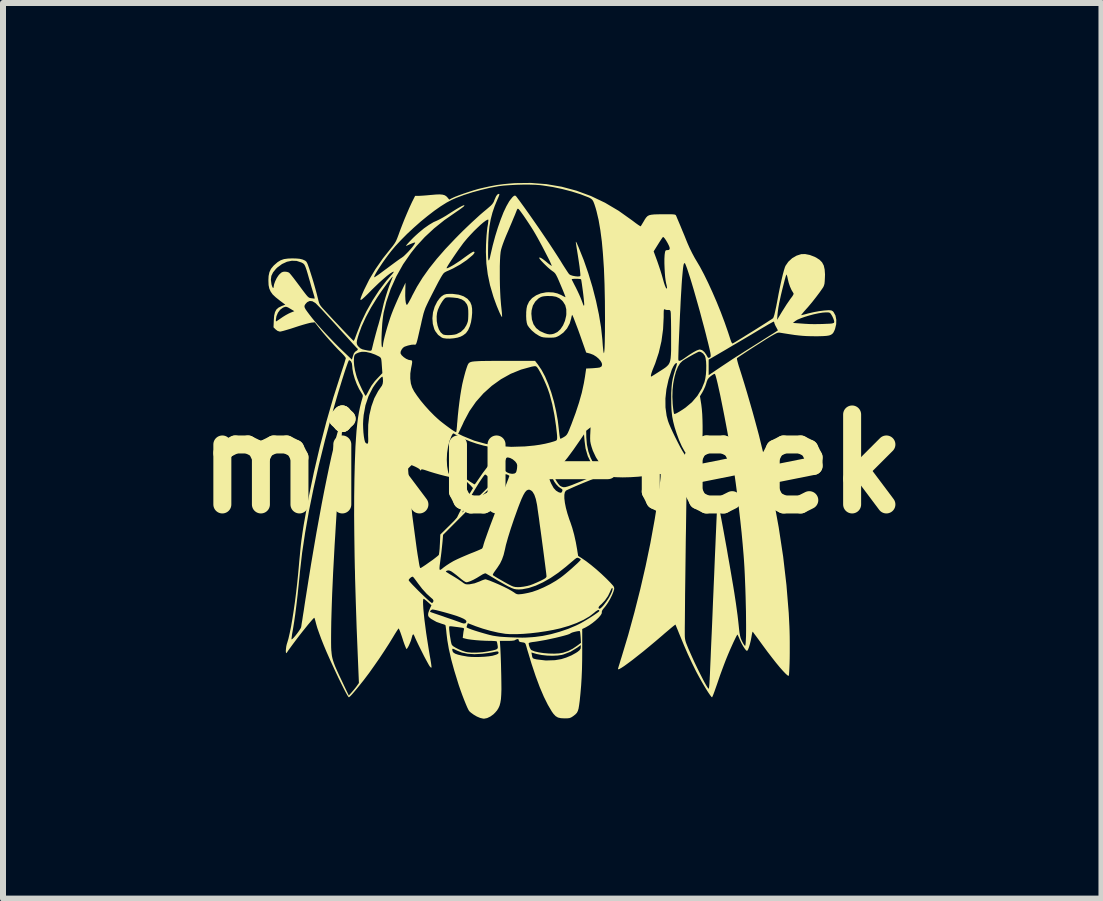
<source format=kicad_pcb>
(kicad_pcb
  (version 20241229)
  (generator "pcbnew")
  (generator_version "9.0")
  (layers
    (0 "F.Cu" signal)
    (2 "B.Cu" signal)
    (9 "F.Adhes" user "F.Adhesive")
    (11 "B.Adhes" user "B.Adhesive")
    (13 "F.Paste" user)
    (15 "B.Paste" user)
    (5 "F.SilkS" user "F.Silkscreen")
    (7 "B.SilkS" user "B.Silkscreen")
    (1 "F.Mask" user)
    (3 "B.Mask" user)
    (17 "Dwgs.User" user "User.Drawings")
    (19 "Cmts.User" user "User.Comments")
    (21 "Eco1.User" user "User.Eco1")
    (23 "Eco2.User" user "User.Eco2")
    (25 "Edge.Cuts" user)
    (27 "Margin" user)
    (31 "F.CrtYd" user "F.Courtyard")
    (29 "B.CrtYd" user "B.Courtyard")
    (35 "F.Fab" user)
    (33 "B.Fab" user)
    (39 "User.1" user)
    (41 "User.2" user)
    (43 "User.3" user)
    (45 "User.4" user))
  (footprint "miku-leek"
    (layer "F.Cu")
    (at 6.157 4.682)
    (property "Reference" "miku-leek" (at 0 0 0) (layer "F.SilkS") (effects (font (size 1.5 1.5) (thickness 0.3))))
    (attr board_only exclude_from_pos_files exclude_from_bom)
    (fp_poly (pts (xy -1.658 -2.832) (xy -1.558 -2.819) (xy -1.476 -2.791) (xy -1.412 -2.75) (xy -1.367 -2.695) (xy -1.345 -2.641) (xy -1.336 -2.585) (xy -1.335 -2.514) (xy -1.342 -2.437) (xy -1.354 -2.362) (xy -1.373 -2.296) (xy -1.373 -2.294) (xy -1.403 -2.227) (xy -1.439 -2.177) (xy -1.486 -2.141) (xy -1.529 -2.119) (xy -1.579 -2.103) (xy -1.64 -2.092) (xy -1.705 -2.086) (xy -1.765 -2.087) (xy -1.815 -2.094) (xy -1.84 -2.103) (xy -1.903 -2.149) (xy -1.949 -2.21) (xy -1.966 -2.243) (xy -1.991 -2.331) (xy -1.998 -2.426) (xy -1.995 -2.456) (xy -1.927 -2.456) (xy -1.925 -2.378) (xy -1.912 -2.305) (xy -1.89 -2.241) (xy -1.86 -2.191) (xy -1.823 -2.158) (xy -1.81 -2.152) (xy -1.777 -2.146) (xy -1.731 -2.144) (xy -1.678 -2.147) (xy -1.63 -2.153) (xy -1.597 -2.161) (xy -1.524 -2.198) (xy -1.468 -2.251) (xy -1.432 -2.308) (xy -1.417 -2.343) (xy -1.407 -2.374) (xy -1.402 -2.409) (xy -1.4 -2.456) (xy -1.399 -2.495) (xy -1.4 -2.555) (xy -1.404 -2.597) (xy -1.411 -2.629) (xy -1.422 -2.657) (xy -1.424 -2.661) (xy -1.459 -2.707) (xy -1.508 -2.74) (xy -1.575 -2.762) (xy -1.662 -2.772) (xy -1.668 -2.772) (xy -1.719 -2.775) (xy -1.752 -2.774) (xy -1.773 -2.77) (xy -1.789 -2.76) (xy -1.805 -2.744) (xy -1.807 -2.742) (xy -1.829 -2.713) (xy -1.855 -2.672) (xy -1.88 -2.626) (xy -1.881 -2.624) (xy -1.906 -2.567) (xy -1.92 -2.516) (xy -1.927 -2.457) (xy -1.927 -2.456) (xy -1.995 -2.456) (xy -1.988 -2.524) (xy -1.96 -2.619) (xy -1.917 -2.705) (xy -1.875 -2.762) (xy -1.84 -2.796) (xy -1.805 -2.818) (xy -1.763 -2.83) (xy -1.709 -2.833)) (stroke (width 0) (type solid)) (fill yes) (layer "F.SilkS"))
    (fp_poly (pts (xy -0.096 -4.662) (xy 0.157 -4.619) (xy 0.404 -4.553) (xy 0.645 -4.464) (xy 0.88 -4.352) (xy 1.108 -4.217) (xy 1.33 -4.059) (xy 1.35 -4.044) (xy 1.395 -4.01) (xy 1.433 -3.983) (xy 1.461 -3.965) (xy 1.474 -3.959) (xy 1.475 -3.959) (xy 1.484 -3.973) (xy 1.501 -4.001) (xy 1.523 -4.038) (xy 1.524 -4.039) (xy 1.547 -4.079) (xy 1.568 -4.108) (xy 1.59 -4.13) (xy 1.617 -4.144) (xy 1.653 -4.152) (xy 1.702 -4.157) (xy 1.767 -4.159) (xy 1.839 -4.16) (xy 1.917 -4.16) (xy 1.974 -4.16) (xy 2.014 -4.158) (xy 2.04 -4.155) (xy 2.054 -4.15) (xy 2.061 -4.144) (xy 2.07 -4.125) (xy 2.086 -4.086) (xy 2.109 -4.032) (xy 2.137 -3.966) (xy 2.168 -3.89) (xy 2.202 -3.809) (xy 2.236 -3.724) (xy 2.254 -3.68) (xy 2.291 -3.596) (xy 2.334 -3.509) (xy 2.377 -3.429) (xy 2.398 -3.394) (xy 2.462 -3.286) (xy 2.53 -3.158) (xy 2.6 -3.015) (xy 2.671 -2.86) (xy 2.742 -2.696) (xy 2.81 -2.528) (xy 2.874 -2.358) (xy 2.932 -2.192) (xy 2.972 -2.069) (xy 2.987 -2.028) (xy 3.001 -2.007) (xy 3.008 -2.005) (xy 3.024 -2.014) (xy 3.057 -2.033) (xy 3.104 -2.062) (xy 3.162 -2.097) (xy 3.227 -2.138) (xy 3.298 -2.182) (xy 3.371 -2.227) (xy 3.442 -2.272) (xy 3.51 -2.315) (xy 3.57 -2.353) (xy 3.62 -2.386) (xy 3.641 -2.399) (xy 3.749 -2.399) (xy 3.83 -2.534) (xy 3.868 -2.594) (xy 3.907 -2.656) (xy 3.945 -2.711) (xy 3.972 -2.75) (xy 4.002 -2.79) (xy 4.018 -2.816) (xy 4.024 -2.833) (xy 4.021 -2.846) (xy 4.016 -2.853) (xy 3.99 -2.896) (xy 3.964 -2.954) (xy 3.942 -3.019) (xy 3.928 -3.078) (xy 3.92 -3.117) (xy 3.911 -3.145) (xy 3.905 -3.156) (xy 3.9 -3.145) (xy 3.89 -3.114) (xy 3.877 -3.068) (xy 3.862 -3.009) (xy 3.845 -2.943) (xy 3.827 -2.871) (xy 3.81 -2.799) (xy 3.795 -2.729) (xy 3.781 -2.666) (xy 3.781 -2.661) (xy 3.77 -2.602) (xy 3.761 -2.537) (xy 3.755 -2.483) (xy 3.749 -2.399) (xy 3.641 -2.399) (xy 3.658 -2.41) (xy 3.679 -2.425) (xy 3.682 -2.427) (xy 3.691 -2.446) (xy 3.704 -2.486) (xy 3.718 -2.547) (xy 3.736 -2.631) (xy 3.751 -2.709) (xy 3.775 -2.838) (xy 3.799 -2.956) (xy 3.822 -3.061) (xy 3.843 -3.15) (xy 3.862 -3.221) (xy 3.878 -3.273) (xy 3.889 -3.3) (xy 3.936 -3.368) (xy 4 -3.427) (xy 4.074 -3.47) (xy 4.152 -3.495) (xy 4.218 -3.496) (xy 4.294 -3.481) (xy 4.373 -3.451) (xy 4.401 -3.437) (xy 4.458 -3.4) (xy 4.499 -3.358) (xy 4.527 -3.305) (xy 4.542 -3.239) (xy 4.548 -3.156) (xy 4.546 -3.1) (xy 4.543 -3.042) (xy 4.539 -3.002) (xy 4.531 -2.973) (xy 4.52 -2.947) (xy 4.507 -2.927) (xy 4.458 -2.857) (xy 4.397 -2.776) (xy 4.331 -2.692) (xy 4.263 -2.611) (xy 4.236 -2.581) (xy 4.2 -2.541) (xy 4.172 -2.507) (xy 4.154 -2.485) (xy 4.149 -2.477) (xy 4.163 -2.48) (xy 4.194 -2.487) (xy 4.238 -2.498) (xy 4.266 -2.506) (xy 4.357 -2.527) (xy 4.448 -2.544) (xy 4.533 -2.555) (xy 4.604 -2.56) (xy 4.614 -2.56) (xy 4.652 -2.557) (xy 4.677 -2.544) (xy 4.69 -2.53) (xy 4.722 -2.472) (xy 4.736 -2.402) (xy 4.734 -2.325) (xy 4.715 -2.247) (xy 4.705 -2.222) (xy 4.69 -2.191) (xy 4.672 -2.168) (xy 4.648 -2.151) (xy 4.616 -2.139) (xy 4.571 -2.132) (xy 4.511 -2.128) (xy 4.432 -2.126) (xy 4.376 -2.126) (xy 4.302 -2.127) (xy 4.237 -2.129) (xy 4.174 -2.133) (xy 4.111 -2.139) (xy 4.042 -2.147) (xy 3.962 -2.159) (xy 3.866 -2.174) (xy 3.799 -2.185) (xy 3.78 -2.187) (xy 3.759 -2.184) (xy 3.733 -2.174) (xy 3.697 -2.155) (xy 3.648 -2.127) (xy 3.614 -2.107) (xy 3.57 -2.08) (xy 3.514 -2.044) (xy 3.448 -2.002) (xy 3.377 -1.957) (xy 3.304 -1.91) (xy 3.235 -1.865) (xy 3.173 -1.824) (xy 3.122 -1.79) (xy 3.086 -1.765) (xy 3.08 -1.761) (xy 3.079 -1.747) (xy 3.086 -1.716) (xy 3.098 -1.671) (xy 3.114 -1.616) (xy 3.118 -1.606) (xy 3.157 -1.483) (xy 3.201 -1.341) (xy 3.247 -1.188) (xy 3.294 -1.026) (xy 3.341 -0.863) (xy 3.385 -0.703) (xy 3.426 -0.551) (xy 3.446 -0.476) (xy 3.574 0.05) (xy 3.685 0.562) (xy 3.776 1.061) (xy 3.85 1.548) (xy 3.905 2.023) (xy 3.943 2.488) (xy 3.954 2.708) (xy 3.957 2.788) (xy 3.959 2.875) (xy 3.96 2.968) (xy 3.96 3.063) (xy 3.96 3.157) (xy 3.959 3.247) (xy 3.957 3.33) (xy 3.954 3.403) (xy 3.951 3.463) (xy 3.948 3.507) (xy 3.944 3.532) (xy 3.941 3.537) (xy 3.921 3.527) (xy 3.89 3.499) (xy 3.847 3.454) (xy 3.794 3.394) (xy 3.732 3.319) (xy 3.663 3.231) (xy 3.587 3.132) (xy 3.506 3.022) (xy 3.479 2.985) (xy 3.437 2.927) (xy 3.4 2.877) (xy 3.37 2.837) (xy 3.35 2.809) (xy 3.34 2.799) (xy 3.34 2.798) (xy 3.337 2.809) (xy 3.33 2.838) (xy 3.323 2.878) (xy 3.322 2.885) (xy 3.31 2.948) (xy 3.295 3.008) (xy 3.28 3.059) (xy 3.265 3.097) (xy 3.252 3.117) (xy 3.247 3.12) (xy 3.231 3.11) (xy 3.209 3.082) (xy 3.183 3.042) (xy 3.155 2.992) (xy 3.13 2.939) (xy 3.126 2.929) (xy 3.109 2.89) (xy 3.096 2.861) (xy 3.089 2.847) (xy 3.089 2.847) (xy 3.082 2.855) (xy 3.067 2.881) (xy 3.047 2.922) (xy 3.021 2.976) (xy 2.993 3.038) (xy 2.963 3.105) (xy 2.934 3.173) (xy 2.906 3.241) (xy 2.89 3.281) (xy 2.864 3.349) (xy 2.833 3.432) (xy 2.8 3.522) (xy 2.769 3.612) (xy 2.749 3.671) (xy 2.725 3.739) (xy 2.704 3.799) (xy 2.686 3.847) (xy 2.672 3.88) (xy 2.665 3.894) (xy 2.664 3.894) (xy 2.652 3.884) (xy 2.631 3.856) (xy 2.602 3.814) (xy 2.568 3.76) (xy 2.53 3.698) (xy 2.491 3.631) (xy 2.452 3.561) (xy 2.415 3.493) (xy 2.395 3.455) (xy 2.326 3.314) (xy 2.26 3.173) (xy 2.195 3.023) (xy 2.127 2.858) (xy 2.117 2.834) (xy 2.095 2.779) (xy 2.076 2.733) (xy 2.062 2.699) (xy 2.055 2.682) (xy 2.054 2.681) (xy 2.044 2.688) (xy 2.019 2.707) (xy 1.981 2.738) (xy 1.933 2.779) (xy 1.877 2.826) (xy 1.844 2.855) (xy 1.728 2.954) (xy 1.618 3.046) (xy 1.515 3.131) (xy 1.42 3.206) (xy 1.335 3.273) (xy 1.261 3.328) (xy 1.199 3.373) (xy 1.151 3.404) (xy 1.117 3.423) (xy 1.098 3.427) (xy 1.096 3.423) (xy 1.099 3.41) (xy 1.108 3.378) (xy 1.123 3.331) (xy 1.14 3.273) (xy 1.156 3.223) (xy 1.266 2.857) (xy 1.37 2.478) (xy 1.468 2.091) (xy 1.557 1.705) (xy 1.636 1.325) (xy 1.703 0.957) (xy 1.709 0.923) (xy 1.726 0.817) (xy 1.743 0.711) (xy 1.758 0.607) (xy 1.772 0.508) (xy 1.784 0.417) (xy 1.794 0.336) (xy 1.802 0.269) (xy 1.807 0.217) (xy 1.808 0.183) (xy 1.807 0.171) (xy 1.792 0.17) (xy 1.76 0.173) (xy 1.716 0.179) (xy 1.688 0.183) (xy 1.562 0.202) (xy 1.431 0.216) (xy 1.3 0.224) (xy 1.175 0.227) (xy 1.061 0.224) (xy 0.964 0.215) (xy 0.947 0.212) (xy 0.9 0.205) (xy 0.859 0.2) (xy 0.833 0.199) (xy 0.815 0.203) (xy 0.78 0.216) (xy 0.729 0.235) (xy 0.668 0.259) (xy 0.599 0.287) (xy 0.527 0.316) (xy 0.455 0.346) (xy 0.387 0.375) (xy 0.326 0.402) (xy 0.277 0.424) (xy 0.242 0.441) (xy 0.229 0.448) (xy 0.211 0.473) (xy 0.202 0.517) (xy 0.202 0.577) (xy 0.211 0.651) (xy 0.228 0.736) (xy 0.253 0.829) (xy 0.285 0.928) (xy 0.303 0.976) (xy 0.334 1.069) (xy 0.365 1.181) (xy 0.393 1.306) (xy 0.417 1.44) (xy 0.417 1.444) (xy 0.432 1.536) (xy 0.493 1.575) (xy 0.566 1.625) (xy 0.649 1.689) (xy 0.736 1.761) (xy 0.822 1.838) (xy 0.901 1.913) (xy 0.915 1.927) (xy 0.963 1.976) (xy 0.996 2.012) (xy 1.018 2.037) (xy 1.029 2.056) (xy 1.033 2.072) (xy 1.033 2.088) (xy 1.032 2.093) (xy 1.019 2.137) (xy 0.996 2.193) (xy 0.965 2.255) (xy 0.93 2.315) (xy 0.895 2.366) (xy 0.875 2.391) (xy 0.843 2.429) (xy 0.828 2.456) (xy 0.827 2.476) (xy 0.827 2.476) (xy 0.823 2.5) (xy 0.802 2.532) (xy 0.768 2.571) (xy 0.723 2.613) (xy 0.672 2.654) (xy 0.617 2.693) (xy 0.562 2.725) (xy 0.545 2.734) (xy 0.5 2.755) (xy 0.5 3.101) (xy 0.499 3.273) (xy 0.496 3.425) (xy 0.49 3.565) (xy 0.482 3.696) (xy 0.471 3.824) (xy 0.458 3.953) (xy 0.448 4.027) (xy 0.439 4.081) (xy 0.427 4.121) (xy 0.411 4.152) (xy 0.388 4.177) (xy 0.357 4.202) (xy 0.346 4.21) (xy 0.316 4.229) (xy 0.288 4.24) (xy 0.254 4.244) (xy 0.21 4.245) (xy 0.145 4.242) (xy 0.096 4.231) (xy 0.057 4.208) (xy 0.021 4.17) (xy -0.007 4.131) (xy -0.073 4.019) (xy -0.14 3.884) (xy -0.208 3.725) (xy -0.276 3.542) (xy -0.345 3.335) (xy -0.402 3.146) (xy -0.347 3.146) (xy -0.339 3.19) (xy -0.333 3.222) (xy -0.323 3.241) (xy -0.305 3.251) (xy -0.272 3.259) (xy -0.259 3.262) (xy -0.107 3.28) (xy 0.044 3.275) (xy 0.152 3.257) (xy 0.234 3.231) (xy 0.32 3.195) (xy 0.396 3.153) (xy 0.426 3.133) (xy 0.457 3.107) (xy 0.473 3.084) (xy 0.476 3.059) (xy 0.476 3.023) (xy 0.42 3.064) (xy 0.307 3.133) (xy 0.188 3.179) (xy 0.158 3.187) (xy 0.088 3.197) (xy 0.003 3.201) (xy -0.087 3.198) (xy -0.176 3.188) (xy -0.254 3.173) (xy -0.266 3.17) (xy -0.347 3.146) (xy -0.402 3.146) (xy -0.415 3.104) (xy -0.432 3.043) (xy -0.443 3.008) (xy -0.452 2.993) (xy -0.393 2.993) (xy -0.388 3.028) (xy -0.375 3.065) (xy -0.358 3.096) (xy -0.345 3.108) (xy -0.292 3.129) (xy -0.222 3.145) (xy -0.14 3.157) (xy -0.053 3.164) (xy 0.033 3.166) (xy 0.112 3.162) (xy 0.178 3.151) (xy 0.182 3.15) (xy 0.266 3.122) (xy 0.344 3.082) (xy 0.415 3.034) (xy 0.479 2.986) (xy 0.474 2.892) (xy 0.47 2.847) (xy 0.466 2.812) (xy 0.462 2.793) (xy 0.461 2.791) (xy 0.446 2.789) (xy 0.415 2.793) (xy 0.378 2.801) (xy 0.341 2.811) (xy 0.313 2.822) (xy 0.303 2.829) (xy 0.285 2.839) (xy 0.248 2.852) (xy 0.195 2.867) (xy 0.129 2.884) (xy 0.055 2.902) (xy -0.024 2.919) (xy -0.103 2.936) (xy -0.181 2.95) (xy -0.251 2.962) (xy -0.312 2.971) (xy -0.319 2.971) (xy -0.36 2.978) (xy -0.386 2.986) (xy -0.393 2.993) (xy -0.452 2.993) (xy -0.455 2.989) (xy -0.474 2.981) (xy -0.501 2.977) (xy -0.535 2.971) (xy -0.552 2.961) (xy -0.558 2.944) (xy -0.565 2.924) (xy -0.583 2.923) (xy -0.587 2.924) (xy -0.613 2.935) (xy -0.625 2.943) (xy -0.641 2.947) (xy -0.675 2.951) (xy -0.721 2.953) (xy -0.754 2.953) (xy -0.873 2.953) (xy -0.865 3.075) (xy -0.863 3.121) (xy -0.86 3.186) (xy -0.857 3.265) (xy -0.854 3.353) (xy -0.852 3.447) (xy -0.85 3.525) (xy -0.848 3.653) (xy -0.847 3.761) (xy -0.85 3.85) (xy -0.855 3.923) (xy -0.865 3.984) (xy -0.878 4.033) (xy -0.897 4.075) (xy -0.92 4.112) (xy -0.95 4.147) (xy -0.98 4.177) (xy -1.031 4.214) (xy -1.085 4.24) (xy -1.136 4.25) (xy -1.143 4.25) (xy -1.165 4.246) (xy -1.199 4.238) (xy -1.21 4.234) (xy -1.257 4.214) (xy -1.31 4.183) (xy -1.358 4.148) (xy -1.384 4.124) (xy -1.398 4.101) (xy -1.418 4.06) (xy -1.442 4.003) (xy -1.47 3.934) (xy -1.5 3.856) (xy -1.53 3.773) (xy -1.559 3.689) (xy -1.571 3.65) (xy -1.633 3.449) (xy -1.683 3.267) (xy -1.721 3.099) (xy -1.722 3.098) (xy -1.667 3.098) (xy -1.662 3.125) (xy -1.647 3.148) (xy -1.617 3.167) (xy -1.571 3.183) (xy -1.507 3.198) (xy -1.422 3.213) (xy -1.411 3.215) (xy -1.354 3.22) (xy -1.283 3.222) (xy -1.204 3.221) (xy -1.126 3.217) (xy -1.054 3.21) (xy -0.996 3.201) (xy -0.982 3.197) (xy -0.934 3.183) (xy -0.906 3.17) (xy -0.895 3.157) (xy -0.896 3.14) (xy -0.897 3.14) (xy -0.904 3.131) (xy -0.919 3.129) (xy -0.948 3.133) (xy -0.97 3.138) (xy -1.011 3.146) (xy -1.067 3.155) (xy -1.13 3.163) (xy -1.168 3.168) (xy -1.297 3.175) (xy -1.409 3.168) (xy -1.508 3.147) (xy -1.587 3.115) (xy -1.628 3.095) (xy -1.652 3.085) (xy -1.663 3.085) (xy -1.667 3.093) (xy -1.667 3.098) (xy -1.722 3.098) (xy -1.749 2.943) (xy -1.763 2.829) (xy -1.768 2.776) (xy -1.774 2.731) (xy -1.774 2.728) (xy -1.719 2.728) (xy -1.718 2.762) (xy -1.713 2.808) (xy -1.707 2.86) (xy -1.698 2.913) (xy -1.69 2.961) (xy -1.681 2.999) (xy -1.673 3.02) (xy -1.673 3.021) (xy -1.65 3.043) (xy -1.609 3.068) (xy -1.558 3.094) (xy -1.503 3.117) (xy -1.449 3.135) (xy -1.411 3.143) (xy -1.34 3.149) (xy -1.254 3.148) (xy -1.163 3.142) (xy -1.073 3.129) (xy -1.05 3.124) (xy -0.989 3.112) (xy -0.947 3.101) (xy -0.922 3.09) (xy -0.91 3.076) (xy -0.907 3.058) (xy -0.91 3.031) (xy -0.911 3.027) (xy -0.917 2.992) (xy -0.923 2.968) (xy -0.925 2.962) (xy -0.938 2.958) (xy -0.97 2.955) (xy -1.014 2.953) (xy -1.04 2.953) (xy -1.115 2.951) (xy -1.195 2.947) (xy -1.274 2.941) (xy -1.347 2.933) (xy -1.406 2.925) (xy -1.442 2.917) (xy -1.492 2.904) (xy -1.485 2.842) (xy -1.48 2.803) (xy -1.474 2.771) (xy -1.471 2.76) (xy -1.47 2.746) (xy -1.487 2.737) (xy -1.502 2.734) (xy -1.557 2.726) (xy -1.429 2.726) (xy -1.418 2.734) (xy -1.388 2.747) (xy -1.343 2.764) (xy -1.287 2.783) (xy -1.223 2.803) (xy -1.155 2.823) (xy -1.088 2.842) (xy -1.047 2.853) (xy -0.991 2.866) (xy -0.935 2.875) (xy -0.874 2.883) (xy -0.802 2.888) (xy -0.713 2.893) (xy -0.709 2.893) (xy -0.624 2.896) (xy -0.556 2.898) (xy -0.5 2.899) (xy -0.448 2.898) (xy -0.395 2.895) (xy -0.333 2.891) (xy -0.286 2.887) (xy -0.159 2.87) (xy -0.02 2.841) (xy 0.123 2.801) (xy 0.264 2.753) (xy 0.395 2.698) (xy 0.428 2.682) (xy 0.476 2.658) (xy 0.53 2.627) (xy 0.587 2.593) (xy 0.643 2.558) (xy 0.695 2.524) (xy 0.738 2.494) (xy 0.77 2.471) (xy 0.785 2.456) (xy 0.786 2.453) (xy 0.779 2.437) (xy 0.759 2.44) (xy 0.725 2.462) (xy 0.697 2.486) (xy 0.62 2.545) (xy 0.522 2.602) (xy 0.407 2.655) (xy 0.276 2.703) (xy 0.134 2.744) (xy 0.13 2.745) (xy 0.018 2.77) (xy -0.104 2.792) (xy -0.231 2.811) (xy -0.359 2.826) (xy -0.483 2.836) (xy -0.598 2.841) (xy -0.7 2.841) (xy -0.783 2.835) (xy -0.902 2.815) (xy -1.032 2.785) (xy -1.161 2.748) (xy -1.281 2.707) (xy -1.288 2.704) (xy -1.407 2.658) (xy -1.418 2.687) (xy -1.426 2.713) (xy -1.429 2.726) (xy -1.557 2.726) (xy -1.578 2.723) (xy -1.633 2.716) (xy -1.672 2.711) (xy -1.696 2.709) (xy -1.71 2.71) (xy -1.716 2.712) (xy -1.716 2.712) (xy -1.719 2.728) (xy -1.774 2.728) (xy -1.778 2.701) (xy -1.781 2.691) (xy -1.794 2.683) (xy -1.823 2.673) (xy -1.841 2.668) (xy -1.929 2.637) (xy -2.013 2.59) (xy -2.033 2.576) (xy -2.059 2.552) (xy -2.07 2.525) (xy -2.067 2.489) (xy -2.059 2.465) (xy -2.037 2.465) (xy -2.034 2.471) (xy -2.022 2.475) (xy -1.991 2.486) (xy -1.944 2.502) (xy -1.885 2.522) (xy -1.817 2.545) (xy -1.796 2.553) (xy -1.723 2.578) (xy -1.655 2.601) (xy -1.597 2.622) (xy -1.552 2.638) (xy -1.525 2.648) (xy -1.522 2.65) (xy -1.478 2.663) (xy -1.447 2.66) (xy -1.432 2.64) (xy -1.431 2.635) (xy -1.434 2.618) (xy -1.45 2.601) (xy -1.482 2.582) (xy -1.532 2.56) (xy -1.59 2.538) (xy -1.634 2.524) (xy -1.69 2.507) (xy -1.752 2.489) (xy -1.817 2.471) (xy -1.878 2.455) (xy -1.932 2.441) (xy -1.973 2.433) (xy -1.995 2.429) (xy -1.995 2.429) (xy -2.014 2.436) (xy -2.031 2.45) (xy -2.037 2.465) (xy -2.059 2.465) (xy -2.05 2.441) (xy -2.043 2.424) (xy -2.033 2.401) (xy 0.771 2.401) (xy 0.779 2.415) (xy 0.793 2.417) (xy 0.807 2.409) (xy 0.832 2.386) (xy 0.86 2.354) (xy 0.863 2.35) (xy 0.905 2.294) (xy 0.943 2.237) (xy 0.973 2.182) (xy 0.995 2.134) (xy 1.006 2.096) (xy 1.005 2.072) (xy 1.002 2.069) (xy 0.993 2.074) (xy 0.98 2.097) (xy 0.966 2.13) (xy 0.93 2.205) (xy 0.879 2.278) (xy 0.821 2.34) (xy 0.805 2.353) (xy 0.78 2.379) (xy 0.771 2.401) (xy -2.033 2.401) (xy -2.014 2.359) (xy -2.074 2.305) (xy -2.106 2.277) (xy -2.131 2.258) (xy -2.145 2.251) (xy -2.151 2.262) (xy -2.154 2.295) (xy -2.153 2.347) (xy -2.149 2.416) (xy -2.141 2.5) (xy -2.131 2.597) (xy -2.117 2.704) (xy -2.102 2.82) (xy -2.083 2.943) (xy -2.063 3.07) (xy -2.042 3.197) (xy -2.031 3.259) (xy -2.022 3.314) (xy -2.016 3.357) (xy -2.013 3.383) (xy -2.013 3.387) (xy -2.015 3.401) (xy -2.023 3.398) (xy -2.041 3.379) (xy -2.043 3.376) (xy -2.056 3.356) (xy -2.077 3.318) (xy -2.105 3.267) (xy -2.137 3.207) (xy -2.17 3.141) (xy -2.204 3.073) (xy -2.236 3.008) (xy -2.264 2.949) (xy -2.286 2.901) (xy -2.298 2.872) (xy -2.31 2.848) (xy -2.32 2.844) (xy -2.331 2.86) (xy -2.342 2.899) (xy -2.345 2.91) (xy -2.357 2.951) (xy -2.375 2.995) (xy -2.394 3.038) (xy -2.413 3.071) (xy -2.427 3.089) (xy -2.428 3.089) (xy -2.435 3.081) (xy -2.447 3.053) (xy -2.464 3.01) (xy -2.483 2.956) (xy -2.495 2.918) (xy -2.515 2.858) (xy -2.533 2.807) (xy -2.548 2.769) (xy -2.558 2.749) (xy -2.562 2.746) (xy -2.571 2.758) (xy -2.59 2.786) (xy -2.616 2.827) (xy -2.646 2.876) (xy -2.651 2.885) (xy -2.721 2.999) (xy -2.801 3.123) (xy -2.886 3.251) (xy -2.972 3.374) (xy -3.052 3.487) (xy -3.08 3.524) (xy -3.141 3.605) (xy -3.2 3.679) (xy -3.254 3.746) (xy -3.302 3.803) (xy -3.341 3.848) (xy -3.371 3.879) (xy -3.389 3.893) (xy -3.392 3.893) (xy -3.401 3.883) (xy -3.42 3.853) (xy -3.446 3.806) (xy -3.478 3.744) (xy -3.515 3.67) (xy -3.557 3.585) (xy -3.601 3.492) (xy -3.647 3.393) (xy -3.694 3.291) (xy -3.712 3.251) (xy -3.763 3.136) (xy -3.81 3.024) (xy -3.852 2.918) (xy -3.887 2.822) (xy -3.916 2.74) (xy -3.935 2.674) (xy -3.937 2.667) (xy -3.948 2.624) (xy -3.958 2.589) (xy -3.965 2.57) (xy -3.966 2.568) (xy -3.976 2.574) (xy -3.997 2.596) (xy -4.029 2.633) (xy -4.069 2.68) (xy -4.114 2.736) (xy -4.164 2.798) (xy -4.215 2.863) (xy -4.266 2.93) (xy -4.314 2.994) (xy -4.358 3.054) (xy -4.396 3.106) (xy -4.425 3.149) (xy -4.426 3.151) (xy -4.435 3.158) (xy -4.44 3.146) (xy -4.442 3.12) (xy -4.439 3.084) (xy -4.434 3.044) (xy -4.425 3.005) (xy -4.419 2.987) (xy -4.398 2.916) (xy -4.398 2.916) (xy -4.347 2.916) (xy -4.346 2.929) (xy -4.346 2.929) (xy -4.331 2.92) (xy -4.307 2.896) (xy -4.278 2.862) (xy -4.248 2.823) (xy -4.22 2.784) (xy -4.198 2.75) (xy -4.187 2.726) (xy -4.186 2.724) (xy -4.183 2.704) (xy -4.177 2.663) (xy -4.167 2.604) (xy -4.156 2.53) (xy -4.142 2.444) (xy -4.128 2.348) (xy -4.112 2.245) (xy -4.108 2.221) (xy -4.064 1.942) (xy -4.02 1.669) (xy -3.975 1.404) (xy -3.931 1.148) (xy -3.886 0.902) (xy -3.843 0.667) (xy -3.8 0.446) (xy -3.758 0.239) (xy -3.718 0.047) (xy -3.68 -0.127) (xy -3.643 -0.282) (xy -3.609 -0.417) (xy -3.577 -0.531) (xy -3.56 -0.587) (xy -3.536 -0.659) (xy -3.516 -0.714) (xy -3.502 -0.748) (xy -3.492 -0.763) (xy -3.489 -0.756) (xy -3.49 -0.741) (xy -3.492 -0.706) (xy -3.496 -0.655) (xy -3.501 -0.592) (xy -3.506 -0.521) (xy -3.507 -0.518) (xy -3.512 -0.438) (xy -3.52 -0.337) (xy -3.528 -0.218) (xy -3.537 -0.084) (xy -3.547 0.063) (xy -3.557 0.219) (xy -3.567 0.381) (xy -3.578 0.548) (xy -3.589 0.715) (xy -3.599 0.88) (xy -3.609 1.041) (xy -3.618 1.193) (xy -3.627 1.336) (xy -3.634 1.464) (xy -3.64 1.577) (xy -3.643 1.631) (xy -3.653 1.814) (xy -3.661 1.993) (xy -3.669 2.167) (xy -3.675 2.334) (xy -3.68 2.49) (xy -3.684 2.636) (xy -3.686 2.767) (xy -3.687 2.884) (xy -3.687 2.982) (xy -3.686 3.061) (xy -3.683 3.119) (xy -3.682 3.122) (xy -3.678 3.165) (xy -3.673 3.204) (xy -3.665 3.242) (xy -3.654 3.282) (xy -3.639 3.326) (xy -3.619 3.378) (xy -3.592 3.44) (xy -3.558 3.515) (xy -3.515 3.605) (xy -3.469 3.703) (xy -3.392 3.864) (xy -3.339 3.805) (xy -3.305 3.765) (xy -3.273 3.725) (xy -3.255 3.7) (xy -3.223 3.655) (xy -3.243 3.176) (xy -3.261 2.732) (xy -3.275 2.31) (xy -3.286 1.941) (xy -2.394 1.941) (xy -2.385 1.955) (xy -2.362 1.982) (xy -2.328 2.019) (xy -2.285 2.063) (xy -2.237 2.112) (xy -2.187 2.161) (xy -2.137 2.209) (xy -2.091 2.252) (xy -2.052 2.287) (xy -2.023 2.311) (xy -2.006 2.322) (xy -2.005 2.322) (xy -1.99 2.312) (xy -1.982 2.296) (xy -1.981 2.277) (xy -1.993 2.257) (xy -2.02 2.234) (xy -2.093 2.168) (xy -2.169 2.084) (xy -2.244 1.986) (xy -2.248 1.98) (xy -2.278 1.939) (xy -2.303 1.906) (xy -2.32 1.886) (xy -2.325 1.882) (xy -2.348 1.889) (xy -2.372 1.908) (xy -2.39 1.93) (xy -2.394 1.941) (xy -3.286 1.941) (xy -3.287 1.912) (xy -3.289 1.795) (xy -1.774 1.795) (xy -1.765 1.805) (xy -1.738 1.822) (xy -1.7 1.846) (xy -1.674 1.861) (xy -1.621 1.893) (xy -1.567 1.927) (xy -1.522 1.958) (xy -1.51 1.966) (xy -1.475 1.992) (xy -1.449 2.006) (xy -1.422 2.011) (xy -1.386 2.01) (xy -1.375 2.009) (xy -1.294 1.993) (xy -1.214 1.963) (xy -1.171 1.944) (xy -1.134 1.931) (xy -1.111 1.926) (xy -1.107 1.927) (xy -1.042 1.949) (xy -0.968 1.979) (xy -0.889 2.013) (xy -0.811 2.049) (xy -0.739 2.085) (xy -0.68 2.118) (xy -0.637 2.145) (xy -0.61 2.164) (xy -0.587 2.174) (xy -0.559 2.177) (xy -0.518 2.173) (xy -0.512 2.173) (xy -0.462 2.165) (xy -0.402 2.153) (xy -0.342 2.138) (xy -0.333 2.136) (xy -0.242 2.104) (xy -0.14 2.06) (xy -0.036 2.008) (xy 0.063 1.95) (xy 0.137 1.9) (xy 0.178 1.869) (xy 0.225 1.831) (xy 0.276 1.788) (xy 0.328 1.743) (xy 0.376 1.699) (xy 0.419 1.66) (xy 0.452 1.627) (xy 0.472 1.605) (xy 0.476 1.597) (xy 0.467 1.586) (xy 0.445 1.574) (xy 0.423 1.566) (xy 0.404 1.571) (xy 0.378 1.59) (xy 0.375 1.592) (xy 0.35 1.614) (xy 0.313 1.645) (xy 0.268 1.683) (xy 0.228 1.717) (xy 0.101 1.817) (xy -0.027 1.904) (xy -0.153 1.976) (xy -0.275 2.032) (xy -0.391 2.071) (xy -0.498 2.092) (xy -0.555 2.096) (xy -0.597 2.094) (xy -0.633 2.088) (xy -0.671 2.074) (xy -0.72 2.051) (xy -0.728 2.048) (xy -0.777 2.022) (xy -0.838 1.987) (xy -0.903 1.95) (xy -0.959 1.916) (xy -1.011 1.885) (xy -1.056 1.858) (xy -1.064 1.854) (xy -0.991 1.854) (xy -0.986 1.86) (xy -0.952 1.882) (xy -0.904 1.911) (xy -0.848 1.943) (xy -0.791 1.976) (xy -0.74 2.004) (xy -0.699 2.025) (xy -0.688 2.031) (xy -0.65 2.047) (xy -0.615 2.055) (xy -0.574 2.057) (xy -0.536 2.056) (xy -0.477 2.049) (xy -0.415 2.037) (xy -0.369 2.025) (xy -0.321 2.007) (xy -0.262 1.982) (xy -0.205 1.956) (xy -0.194 1.951) (xy -0.145 1.926) (xy -0.115 1.908) (xy -0.1 1.892) (xy -0.095 1.877) (xy -0.095 1.876) (xy -0.097 1.859) (xy -0.101 1.821) (xy -0.108 1.765) (xy -0.117 1.694) (xy -0.128 1.61) (xy -0.14 1.517) (xy -0.153 1.417) (xy -0.167 1.313) (xy -0.181 1.207) (xy -0.195 1.104) (xy -0.209 1.005) (xy -0.221 0.912) (xy -0.233 0.83) (xy -0.243 0.761) (xy -0.25 0.707) (xy -0.255 0.677) (xy -0.274 0.587) (xy -0.298 0.517) (xy -0.327 0.468) (xy -0.35 0.447) (xy -0.377 0.433) (xy -0.403 0.433) (xy -0.428 0.446) (xy -0.454 0.475) (xy -0.481 0.521) (xy -0.512 0.587) (xy -0.546 0.672) (xy -0.569 0.732) (xy -0.636 0.918) (xy -0.692 1.084) (xy -0.737 1.229) (xy -0.772 1.354) (xy -0.789 1.431) (xy -0.811 1.521) (xy -0.837 1.595) (xy -0.869 1.662) (xy -0.913 1.73) (xy -0.941 1.769) (xy -0.971 1.811) (xy -0.987 1.838) (xy -0.991 1.854) (xy -1.064 1.854) (xy -1.091 1.838) (xy -1.11 1.827) (xy -1.112 1.827) (xy -1.13 1.83) (xy -1.161 1.844) (xy -1.2 1.868) (xy -1.205 1.871) (xy -1.257 1.903) (xy -1.312 1.933) (xy -1.364 1.957) (xy -1.408 1.972) (xy -1.432 1.976) (xy -1.45 1.969) (xy -1.481 1.95) (xy -1.518 1.922) (xy -1.536 1.907) (xy -1.598 1.856) (xy -1.647 1.819) (xy -1.683 1.794) (xy -1.711 1.781) (xy -1.733 1.778) (xy -1.744 1.779) (xy -1.767 1.788) (xy -1.774 1.795) (xy -3.289 1.795) (xy -3.291 1.739) (xy -1.88 1.739) (xy -1.878 1.762) (xy -1.872 1.77) (xy -1.859 1.766) (xy -1.839 1.752) (xy -1.812 1.73) (xy -1.808 1.727) (xy -1.761 1.693) (xy -1.704 1.656) (xy -1.646 1.622) (xy -1.632 1.615) (xy -1.583 1.591) (xy -1.519 1.562) (xy -1.447 1.531) (xy -1.376 1.501) (xy -1.358 1.494) (xy -1.297 1.47) (xy -1.244 1.448) (xy -1.203 1.43) (xy -1.177 1.418) (xy -1.171 1.415) (xy -1.159 1.396) (xy -1.151 1.371) (xy -1.143 1.34) (xy -1.127 1.289) (xy -1.103 1.222) (xy -1.074 1.14) (xy -1.04 1.046) (xy -1.001 0.943) (xy -0.959 0.833) (xy -0.915 0.72) (xy -0.87 0.604) (xy -0.856 0.568) (xy -0.821 0.482) (xy -0.79 0.402) (xy -0.763 0.332) (xy -0.741 0.275) (xy -0.733 0.256) (xy -0.046 0.256) (xy -0.036 0.288) (xy -0.015 0.336) (xy -0.013 0.339) (xy 0.023 0.404) (xy 0.063 0.448) (xy 0.107 0.475) (xy 0.138 0.484) (xy 0.157 0.477) (xy 0.168 0.455) (xy 0.171 0.434) (xy 0.158 0.419) (xy 0.144 0.411) (xy 0.105 0.383) (xy 0.065 0.341) (xy 0.031 0.293) (xy 0.01 0.248) (xy 0.01 0.248) (xy -0.002 0.215) (xy -0.013 0.204) (xy -0.027 0.211) (xy -0.033 0.217) (xy -0.044 0.234) (xy -0.046 0.256) (xy -0.733 0.256) (xy -0.725 0.232) (xy -0.716 0.208) (xy -0.714 0.203) (xy -0.725 0.193) (xy -0.747 0.182) (xy 0.024 0.182) (xy 0.031 0.211) (xy 0.049 0.251) (xy 0.074 0.295) (xy 0.101 0.334) (xy 0.126 0.363) (xy 0.135 0.37) (xy 0.162 0.384) (xy 0.189 0.391) (xy 0.22 0.389) (xy 0.261 0.378) (xy 0.316 0.359) (xy 0.337 0.351) (xy 0.396 0.327) (xy 0.461 0.301) (xy 0.529 0.273) (xy 0.595 0.245) (xy 0.657 0.219) (xy 0.711 0.195) (xy 0.752 0.176) (xy 0.778 0.163) (xy 0.786 0.159) (xy 0.779 0.148) (xy 0.759 0.124) (xy 0.731 0.092) (xy 0.722 0.082) (xy 0.648 -0.016) (xy 0.593 -0.127) (xy 0.556 -0.253) (xy 0.539 -0.381) (xy 0.53 -0.491) (xy 0.458 -0.385) (xy 0.354 -0.235) (xy 0.258 -0.105) (xy 0.168 0.006) (xy 0.083 0.102) (xy 0.082 0.103) (xy 0.053 0.136) (xy 0.032 0.164) (xy 0.024 0.181) (xy 0.024 0.182) (xy -0.747 0.182) (xy -0.749 0.181) (xy -0.752 0.18) (xy -0.768 0.175) (xy -0.783 0.175) (xy -0.8 0.183) (xy -0.824 0.2) (xy -0.858 0.23) (xy -0.892 0.261) (xy -0.921 0.289) (xy -0.965 0.332) (xy -1.021 0.387) (xy -1.088 0.452) (xy -1.163 0.526) (xy -1.243 0.606) (xy -1.328 0.691) (xy -1.407 0.77) (xy -1.82 1.185) (xy -1.828 1.286) (xy -1.833 1.337) (xy -1.84 1.403) (xy -1.848 1.477) (xy -1.857 1.55) (xy -1.859 1.56) (xy -1.869 1.64) (xy -1.877 1.699) (xy -1.88 1.739) (xy -3.291 1.739) (xy -3.295 1.537) (xy -3.3 1.184) (xy -3.303 0.854) (xy -3.302 0.545) (xy -3.298 0.259) (xy -3.298 0.256) (xy -3.293 0.056) (xy -3.293 0.045) (xy -2.404 0.045) (xy -2.403 0.076) (xy -2.401 0.121) (xy -2.396 0.183) (xy -2.39 0.265) (xy -2.388 0.298) (xy -2.334 0.858) (xy -2.258 1.426) (xy -2.244 1.518) (xy -2.231 1.595) (xy -2.222 1.652) (xy -2.215 1.692) (xy -2.209 1.717) (xy -2.205 1.731) (xy -2.2 1.737) (xy -2.195 1.738) (xy -2.194 1.738) (xy -2.182 1.732) (xy -2.154 1.714) (xy -2.113 1.687) (xy -2.065 1.653) (xy -2.044 1.638) (xy -1.992 1.602) (xy -1.948 1.568) (xy -1.914 1.541) (xy -1.894 1.523) (xy -1.891 1.52) (xy -1.887 1.501) (xy -1.882 1.464) (xy -1.877 1.413) (xy -1.874 1.353) (xy -1.873 1.34) (xy -1.866 1.18) (xy -1.725 1.041) (xy -1.678 0.994) (xy -1.637 0.953) (xy -1.607 0.919) (xy -1.588 0.897) (xy -1.584 0.89) (xy -1.578 0.877) (xy -1.563 0.846) (xy -1.548 0.816) (xy -1.503 0.816) (xy -1.326 0.644) (xy -1.267 0.587) (xy -1.21 0.53) (xy -1.157 0.479) (xy -1.113 0.436) (xy -1.082 0.405) (xy -1.081 0.404) (xy -1.038 0.358) (xy -1.016 0.32) (xy -1.012 0.288) (xy -1.027 0.256) (xy -1.06 0.222) (xy -1.088 0.198) (xy -1.111 0.182) (xy -1.119 0.179) (xy -1.131 0.189) (xy -1.152 0.216) (xy -1.182 0.259) (xy -1.218 0.313) (xy -1.257 0.376) (xy -1.299 0.445) (xy -1.342 0.517) (xy -1.384 0.589) (xy -1.422 0.657) (xy -1.455 0.72) (xy -1.466 0.741) (xy -1.503 0.816) (xy -1.548 0.816) (xy -1.541 0.802) (xy -1.513 0.749) (xy -1.482 0.69) (xy -1.449 0.63) (xy -1.417 0.571) (xy -1.387 0.518) (xy -1.363 0.475) (xy -1.351 0.456) (xy -1.321 0.406) (xy -1.363 0.359) (xy -1.417 0.307) (xy -1.469 0.272) (xy -1.528 0.252) (xy -1.578 0.244) (xy -1.633 0.236) (xy -1.705 0.222) (xy -1.788 0.203) (xy -1.877 0.18) (xy -1.965 0.155) (xy -2.047 0.13) (xy -2.076 0.12) (xy -2.125 0.104) (xy -2.157 0.095) (xy -2.175 0.093) (xy -2.185 0.098) (xy -2.188 0.104) (xy -2.195 0.115) (xy -2.201 0.106) (xy -2.204 0.1) (xy -2.218 0.085) (xy -2.248 0.067) (xy -2.287 0.047) (xy -2.329 0.029) (xy -2.366 0.017) (xy -2.391 0.012) (xy -2.397 0.013) (xy -2.401 0.017) (xy -2.403 0.027) (xy -2.404 0.045) (xy -3.293 0.045) (xy -3.289 -0.07) (xy -1.758 -0.07) (xy -1.753 0.032) (xy -1.751 0.047) (xy -1.741 0.108) (xy -1.732 0.149) (xy -1.72 0.174) (xy -1.705 0.188) (xy -1.688 0.194) (xy -1.65 0.2) (xy -1.626 0.201) (xy -1.62 0.198) (xy -1.624 0.186) (xy -1.637 0.157) (xy -1.655 0.118) (xy -1.664 0.099) (xy -1.685 0.055) (xy -1.698 0.02) (xy -1.705 -0.013) (xy -1.708 -0.053) (xy -1.709 -0.086) (xy -1.674 -0.086) (xy -1.673 -0.068) (xy -1.66 -0.001) (xy -1.641 0.063) (xy -1.619 0.117) (xy -1.594 0.159) (xy -1.57 0.185) (xy -1.553 0.191) (xy -1.533 0.197) (xy -1.499 0.215) (xy -1.456 0.241) (xy -1.416 0.267) (xy -1.371 0.298) (xy -1.332 0.322) (xy -1.306 0.339) (xy -1.295 0.344) (xy -1.285 0.336) (xy -1.267 0.312) (xy -1.244 0.278) (xy -1.243 0.277) (xy -1.157 0.152) (xy -1.096 0.072) (xy -0.807 0.072) (xy -0.805 0.091) (xy -0.787 0.12) (xy -0.753 0.144) (xy -0.712 0.161) (xy -0.668 0.168) (xy -0.63 0.163) (xy -0.607 0.148) (xy -0.597 0.126) (xy -0.589 0.09) (xy -0.586 0.067) (xy -0.584 0.027) (xy -0.59 0.001) (xy -0.606 -0.024) (xy -0.619 -0.04) (xy -0.659 -0.074) (xy -0.703 -0.097) (xy -0.705 -0.097) (xy -0.737 -0.105) (xy -0.755 -0.104) (xy -0.768 -0.092) (xy -0.769 -0.09) (xy -0.783 -0.061) (xy -0.795 -0.017) (xy -0.804 0.03) (xy -0.807 0.072) (xy -1.096 0.072) (xy -1.062 0.027) (xy -0.963 -0.087) (xy -0.919 -0.134) (xy -0.87 -0.186) (xy -0.837 -0.224) (xy -0.822 -0.247) (xy -0.823 -0.255) (xy -0.842 -0.258) (xy -0.878 -0.262) (xy -0.924 -0.266) (xy -0.937 -0.267) (xy -1.035 -0.28) (xy -1.145 -0.303) (xy -1.26 -0.335) (xy -1.371 -0.373) (xy -1.397 -0.384) (xy -1.514 -0.431) (xy -1.55 -0.397) (xy -1.606 -0.331) (xy -1.646 -0.253) (xy -1.67 -0.169) (xy -1.674 -0.086) (xy -1.709 -0.086) (xy -1.709 -0.108) (xy -1.709 -0.113) (xy -1.705 -0.193) (xy -1.693 -0.257) (xy -1.67 -0.312) (xy -1.632 -0.365) (xy -1.601 -0.399) (xy -1.573 -0.428) (xy -1.56 -0.445) (xy -1.56 -0.456) (xy -1.571 -0.464) (xy -1.575 -0.466) (xy -1.607 -0.484) (xy -1.628 -0.497) (xy -1.635 -0.501) (xy -1.569 -0.501) (xy -1.484 -0.46) (xy -1.3 -0.385) (xy -1.105 -0.331) (xy -0.9 -0.296) (xy -0.684 -0.282) (xy -0.456 -0.289) (xy -0.298 -0.304) (xy -0.208 -0.317) (xy -0.118 -0.334) (xy -0.035 -0.354) (xy 0.033 -0.374) (xy 0.052 -0.381) (xy 0.066 -0.387) (xy 0.075 -0.395) (xy 0.08 -0.409) (xy 0.082 -0.432) (xy 0.081 -0.468) (xy 0.076 -0.519) (xy 0.068 -0.589) (xy 0.065 -0.619) (xy 0.037 -0.808) (xy 0.001 -0.99) (xy -0.044 -1.16) (xy -0.056 -1.196) (xy -0.078 -1.258) (xy -0.106 -1.327) (xy -0.138 -1.399) (xy -0.171 -1.469) (xy -0.203 -1.53) (xy -0.231 -1.579) (xy -0.25 -1.606) (xy -0.265 -1.621) (xy -0.28 -1.627) (xy -0.303 -1.626) (xy -0.342 -1.619) (xy -0.342 -1.619) (xy -0.52 -1.57) (xy -0.692 -1.5) (xy -0.855 -1.409) (xy -1.007 -1.3) (xy -1.147 -1.174) (xy -1.272 -1.033) (xy -1.38 -0.878) (xy -1.469 -0.711) (xy -1.471 -0.708) (xy -1.495 -0.654) (xy -1.519 -0.604) (xy -1.538 -0.563) (xy -1.547 -0.545) (xy -1.569 -0.501) (xy -1.635 -0.501) (xy -1.644 -0.506) (xy -1.656 -0.502) (xy -1.669 -0.483) (xy -1.679 -0.464) (xy -1.712 -0.382) (xy -1.737 -0.285) (xy -1.753 -0.178) (xy -1.758 -0.07) (xy -3.289 -0.07) (xy -3.287 -0.123) (xy -3.281 -0.282) (xy -3.272 -0.424) (xy -3.263 -0.55) (xy -3.251 -0.664) (xy -3.251 -0.664) (xy -3.154 -0.664) (xy -3.152 -0.592) (xy -3.148 -0.522) (xy -3.141 -0.458) (xy -3.132 -0.405) (xy -3.122 -0.367) (xy -3.111 -0.348) (xy -3.092 -0.336) (xy -3.08 -0.334) (xy -3.072 -0.345) (xy -3.068 -0.372) (xy -3.068 -0.418) (xy -3.07 -0.483) (xy -3.068 -0.649) (xy -3.05 -0.807) (xy -3.015 -0.956) (xy -2.967 -1.091) (xy -2.903 -1.211) (xy -2.865 -1.266) (xy -2.839 -1.303) (xy -2.827 -1.334) (xy -2.822 -1.37) (xy -2.822 -1.387) (xy -2.824 -1.423) (xy -2.828 -1.447) (xy -2.833 -1.453) (xy -2.848 -1.444) (xy -2.874 -1.42) (xy -2.905 -1.385) (xy -2.939 -1.343) (xy -2.97 -1.3) (xy -2.993 -1.265) (xy -3.063 -1.127) (xy -3.114 -0.975) (xy -3.144 -0.812) (xy -3.151 -0.732) (xy -3.154 -0.664) (xy -3.251 -0.664) (xy -3.238 -0.767) (xy -3.222 -0.861) (xy -3.204 -0.948) (xy -3.183 -1.032) (xy -3.166 -1.091) (xy -3.158 -1.124) (xy -3.16 -1.147) (xy -3.175 -1.172) (xy -3.178 -1.177) (xy -3.22 -1.246) (xy -3.259 -1.328) (xy -3.292 -1.416) (xy -3.317 -1.503) (xy -3.331 -1.582) (xy -3.334 -1.625) (xy -3.34 -1.672) (xy -3.356 -1.707) (xy -3.358 -1.709) (xy -3.308 -1.709) (xy -3.302 -1.636) (xy -3.288 -1.555) (xy -3.267 -1.474) (xy -3.256 -1.438) (xy -3.24 -1.396) (xy -3.22 -1.346) (xy -3.196 -1.293) (xy -3.171 -1.24) (xy -3.148 -1.194) (xy -3.129 -1.158) (xy -3.115 -1.136) (xy -3.11 -1.132) (xy -3.102 -1.142) (xy -3.086 -1.169) (xy -3.066 -1.207) (xy -3.056 -1.228) (xy -3.013 -1.303) (xy -2.958 -1.377) (xy -2.921 -1.417) (xy -2.832 -1.511) (xy -2.841 -1.638) (xy -2.845 -1.694) (xy -2.849 -1.732) (xy -2.854 -1.755) (xy -2.863 -1.77) (xy -2.876 -1.781) (xy -2.886 -1.788) (xy -2.952 -1.82) (xy -3.007 -1.84) (xy -2.529 -1.84) (xy -2.511 -1.81) (xy -2.477 -1.778) (xy -2.436 -1.75) (xy -2.394 -1.732) (xy -2.367 -1.727) (xy -2.348 -1.725) (xy -2.338 -1.716) (xy -2.335 -1.697) (xy -2.339 -1.663) (xy -2.349 -1.612) (xy -2.353 -1.593) (xy -2.366 -1.507) (xy -2.367 -1.42) (xy -2.357 -1.338) (xy -2.336 -1.271) (xy -2.303 -1.207) (xy -2.253 -1.133) (xy -2.192 -1.051) (xy -2.121 -0.966) (xy -2.045 -0.882) (xy -1.966 -0.802) (xy -1.913 -0.753) (xy -1.872 -0.717) (xy -1.824 -0.679) (xy -1.773 -0.64) (xy -1.723 -0.603) (xy -1.677 -0.57) (xy -1.639 -0.545) (xy -1.612 -0.53) (xy -1.601 -0.527) (xy -1.598 -0.54) (xy -1.594 -0.572) (xy -1.589 -0.619) (xy -1.585 -0.677) (xy -1.583 -0.692) (xy -1.574 -0.799) (xy -1.562 -0.913) (xy -1.548 -1.028) (xy -1.533 -1.137) (xy -1.517 -1.235) (xy -1.502 -1.316) (xy -1.499 -1.331) (xy -1.483 -1.399) (xy -1.465 -1.47) (xy -1.447 -1.536) (xy -1.429 -1.593) (xy -1.414 -1.636) (xy -1.406 -1.654) (xy -1.398 -1.668) (xy -1.388 -1.68) (xy -1.375 -1.689) (xy -1.357 -1.697) (xy -1.331 -1.703) (xy -1.295 -1.707) (xy -1.247 -1.71) (xy -1.186 -1.713) (xy -1.108 -1.714) (xy -1.012 -1.715) (xy -0.896 -1.715) (xy -0.805 -1.715) (xy -0.286 -1.715) (xy -0.24 -1.656) (xy -0.179 -1.566) (xy -0.12 -1.456) (xy -0.066 -1.329) (xy -0.016 -1.188) (xy 0.028 -1.037) (xy 0.064 -0.879) (xy 0.093 -0.718) (xy 0.107 -0.601) (xy 0.115 -0.529) (xy 0.121 -0.478) (xy 0.127 -0.444) (xy 0.131 -0.425) (xy 0.136 -0.417) (xy 0.138 -0.417) (xy 0.151 -0.422) (xy 0.178 -0.436) (xy 0.197 -0.447) (xy 0.217 -0.46) (xy 0.232 -0.473) (xy 0.246 -0.49) (xy 0.261 -0.516) (xy 0.276 -0.55) (xy 0.566 -0.55) (xy 0.568 -0.439) (xy 0.578 -0.32) (xy 0.602 -0.207) (xy 0.638 -0.104) (xy 0.685 -0.011) (xy 0.742 0.067) (xy 0.806 0.128) (xy 0.876 0.169) (xy 0.902 0.179) (xy 0.934 0.187) (xy 0.949 0.189) (xy 0.953 0.183) (xy 0.953 0.183) (xy 0.945 0.172) (xy 0.925 0.147) (xy 0.896 0.115) (xy 0.887 0.105) (xy 0.798 -0.001) (xy 0.729 -0.107) (xy 0.677 -0.218) (xy 0.655 -0.284) (xy 0.642 -0.332) (xy 0.634 -0.375) (xy 0.632 -0.423) (xy 0.633 -0.484) (xy 0.634 -0.49) (xy 0.639 -0.608) (xy 0.603 -0.579) (xy 0.566 -0.55) (xy 0.276 -0.55) (xy 0.278 -0.553) (xy 0.299 -0.607) (xy 0.32 -0.659) (xy 0.39 -0.848) (xy 0.447 -1.021) (xy 0.466 -1.089) (xy 1.887 -1.089) (xy 1.888 -0.94) (xy 1.907 -0.801) (xy 1.93 -0.714) (xy 1.948 -0.665) (xy 1.976 -0.6) (xy 2.011 -0.524) (xy 2.05 -0.443) (xy 2.091 -0.362) (xy 2.13 -0.286) (xy 2.167 -0.22) (xy 2.198 -0.17) (xy 2.2 -0.167) (xy 2.239 -0.111) (xy 2.278 -0.065) (xy 2.313 -0.031) (xy 2.34 -0.014) (xy 2.349 -0.012) (xy 2.366 -0.019) (xy 2.389 -0.038) (xy 2.39 -0.038) (xy 2.41 -0.053) (xy 2.417 -0.049) (xy 2.409 -0.03) (xy 2.402 -0.019) (xy 2.378 -0.003) (xy 2.338 0.01) (xy 2.322 0.013) (xy 2.285 0.02) (xy 2.258 0.028) (xy 2.25 0.032) (xy 2.249 0.045) (xy 2.247 0.079) (xy 2.246 0.134) (xy 2.244 0.208) (xy 2.242 0.297) (xy 2.241 0.402) (xy 2.238 0.52) (xy 2.236 0.65) (xy 2.234 0.788) (xy 2.232 0.935) (xy 2.23 1.087) (xy 2.227 1.244) (xy 2.225 1.403) (xy 2.223 1.563) (xy 2.221 1.722) (xy 2.219 1.877) (xy 2.217 2.028) (xy 2.215 2.173) (xy 2.214 2.309) (xy 2.213 2.435) (xy 2.212 2.549) (xy 2.211 2.65) (xy 2.21 2.735) (xy 2.21 2.803) (xy 2.21 2.851) (xy 2.21 2.852) (xy 2.211 2.888) (xy 2.214 2.919) (xy 2.22 2.949) (xy 2.23 2.983) (xy 2.247 3.026) (xy 2.27 3.083) (xy 2.291 3.13) (xy 2.333 3.225) (xy 2.376 3.319) (xy 2.42 3.41) (xy 2.462 3.495) (xy 2.501 3.572) (xy 2.536 3.639) (xy 2.566 3.692) (xy 2.589 3.729) (xy 2.605 3.749) (xy 2.609 3.751) (xy 2.613 3.74) (xy 2.617 3.709) (xy 2.621 3.664) (xy 2.624 3.608) (xy 2.625 3.599) (xy 2.626 3.568) (xy 2.629 3.514) (xy 2.632 3.44) (xy 2.636 3.347) (xy 2.641 3.237) (xy 2.646 3.111) (xy 2.652 2.972) (xy 2.659 2.821) (xy 2.666 2.659) (xy 2.673 2.489) (xy 2.68 2.311) (xy 2.688 2.129) (xy 2.692 2.031) (xy 2.7 1.85) (xy 2.707 1.675) (xy 2.714 1.508) (xy 2.721 1.351) (xy 2.727 1.205) (xy 2.733 1.071) (xy 2.738 0.952) (xy 2.743 0.848) (xy 2.747 0.761) (xy 2.75 0.693) (xy 2.753 0.644) (xy 2.755 0.617) (xy 2.755 0.611) (xy 2.759 0.62) (xy 2.766 0.651) (xy 2.777 0.702) (xy 2.79 0.769) (xy 2.806 0.851) (xy 2.824 0.947) (xy 2.844 1.053) (xy 2.865 1.168) (xy 2.887 1.29) (xy 2.91 1.416) (xy 2.932 1.545) (xy 2.955 1.674) (xy 2.977 1.802) (xy 2.998 1.926) (xy 3.018 2.043) (xy 3.036 2.153) (xy 3.048 2.233) (xy 3.062 2.324) (xy 3.076 2.426) (xy 3.09 2.529) (xy 3.101 2.623) (xy 3.107 2.679) (xy 3.115 2.757) (xy 3.122 2.815) (xy 3.13 2.859) (xy 3.138 2.894) (xy 3.148 2.923) (xy 3.161 2.951) (xy 3.166 2.962) (xy 3.186 2.999) (xy 3.204 3.026) (xy 3.215 3.037) (xy 3.215 3.037) (xy 3.221 3.025) (xy 3.225 2.992) (xy 3.228 2.94) (xy 3.231 2.87) (xy 3.232 2.786) (xy 3.232 2.688) (xy 3.231 2.581) (xy 3.23 2.465) (xy 3.227 2.343) (xy 3.224 2.218) (xy 3.22 2.091) (xy 3.215 1.964) (xy 3.21 1.841) (xy 3.204 1.723) (xy 3.197 1.612) (xy 3.19 1.518) (xy 3.175 1.341) (xy 3.157 1.147) (xy 3.135 0.942) (xy 3.111 0.733) (xy 3.086 0.526) (xy 3.06 0.327) (xy 3.034 0.143) (xy 3.03 0.119) (xy 3.012 0.000094) (xy 2.991 -0.126) (xy 2.969 -0.257) (xy 2.945 -0.392) (xy 2.921 -0.527) (xy 2.896 -0.661) (xy 2.871 -0.792) (xy 2.846 -0.919) (xy 2.822 -1.038) (xy 2.8 -1.147) (xy 2.778 -1.246) (xy 2.759 -1.332) (xy 2.742 -1.402) (xy 2.728 -1.455) (xy 2.717 -1.488) (xy 2.709 -1.5) (xy 2.709 -1.5) (xy 2.692 -1.494) (xy 2.664 -1.476) (xy 2.642 -1.46) (xy 2.612 -1.434) (xy 2.592 -1.408) (xy 2.577 -1.372) (xy 2.568 -1.341) (xy 2.549 -1.286) (xy 2.523 -1.229) (xy 2.504 -1.193) (xy 2.463 -1.125) (xy 2.485 -0.988) (xy 2.494 -0.913) (xy 2.501 -0.825) (xy 2.505 -0.727) (xy 2.507 -0.626) (xy 2.507 -0.526) (xy 2.504 -0.432) (xy 2.498 -0.35) (xy 2.49 -0.284) (xy 2.486 -0.263) (xy 2.467 -0.188) (xy 2.45 -0.134) (xy 2.433 -0.098) (xy 2.415 -0.076) (xy 2.394 -0.066) (xy 2.392 -0.065) (xy 2.349 -0.068) (xy 2.303 -0.092) (xy 2.256 -0.138) (xy 2.208 -0.205) (xy 2.161 -0.29) (xy 2.115 -0.393) (xy 2.072 -0.511) (xy 2.04 -0.611) (xy 2.017 -0.701) (xy 2 -0.787) (xy 1.99 -0.877) (xy 1.985 -0.977) (xy 1.984 -1.072) (xy 1.984 -1.117) (xy 2.003 -1.117) (xy 2.008 -1.001) (xy 2.011 -0.966) (xy 2.017 -0.914) (xy 2.023 -0.87) (xy 2.029 -0.841) (xy 2.031 -0.832) (xy 2.045 -0.831) (xy 2.076 -0.844) (xy 2.12 -0.869) (xy 2.177 -0.905) (xy 2.222 -0.936) (xy 2.329 -1.026) (xy 2.42 -1.132) (xy 2.493 -1.253) (xy 2.538 -1.363) (xy 2.552 -1.42) (xy 2.562 -1.488) (xy 2.567 -1.562) (xy 2.568 -1.637) (xy 2.565 -1.705) (xy 2.56 -1.736) (xy 2.608 -1.736) (xy 2.608 -1.606) (xy 2.608 -1.477) (xy 2.772 -1.588) (xy 2.839 -1.633) (xy 2.919 -1.686) (xy 3.003 -1.742) (xy 3.085 -1.795) (xy 3.132 -1.824) (xy 3.208 -1.873) (xy 3.297 -1.929) (xy 3.391 -1.988) (xy 3.48 -2.044) (xy 3.543 -2.084) (xy 3.606 -2.124) (xy 3.663 -2.159) (xy 3.709 -2.188) (xy 3.742 -2.21) (xy 3.759 -2.22) (xy 3.761 -2.222) (xy 3.758 -2.233) (xy 3.745 -2.258) (xy 3.734 -2.278) (xy 3.716 -2.312) (xy 3.705 -2.34) (xy 3.704 -2.348) (xy 4.013 -2.348) (xy 4.111 -2.341) (xy 4.167 -2.337) (xy 4.222 -2.333) (xy 4.265 -2.331) (xy 4.269 -2.33) (xy 4.315 -2.329) (xy 4.374 -2.328) (xy 4.439 -2.329) (xy 4.505 -2.33) (xy 4.567 -2.333) (xy 4.62 -2.335) (xy 4.658 -2.338) (xy 4.673 -2.341) (xy 4.696 -2.349) (xy 4.702 -2.365) (xy 4.699 -2.385) (xy 4.688 -2.418) (xy 4.67 -2.457) (xy 4.661 -2.473) (xy 4.643 -2.502) (xy 4.627 -2.517) (xy 4.605 -2.523) (xy 4.568 -2.524) (xy 4.563 -2.524) (xy 4.508 -2.52) (xy 4.44 -2.509) (xy 4.364 -2.493) (xy 4.285 -2.472) (xy 4.21 -2.449) (xy 4.142 -2.425) (xy 4.088 -2.402) (xy 4.054 -2.381) (xy 4.013 -2.348) (xy 3.704 -2.348) (xy 3.703 -2.35) (xy 3.697 -2.367) (xy 3.691 -2.37) (xy 3.678 -2.364) (xy 3.647 -2.347) (xy 3.602 -2.322) (xy 3.545 -2.288) (xy 3.479 -2.25) (xy 3.414 -2.211) (xy 3.323 -2.156) (xy 3.218 -2.094) (xy 3.108 -2.029) (xy 3 -1.966) (xy 2.903 -1.908) (xy 2.879 -1.894) (xy 2.608 -1.736) (xy 2.56 -1.736) (xy 2.557 -1.762) (xy 2.545 -1.799) (xy 2.516 -1.838) (xy 2.479 -1.863) (xy 2.449 -1.87) (xy 2.433 -1.864) (xy 2.401 -1.848) (xy 2.358 -1.826) (xy 2.31 -1.799) (xy 2.26 -1.77) (xy 2.213 -1.742) (xy 2.176 -1.718) (xy 2.174 -1.717) (xy 2.132 -1.676) (xy 2.095 -1.615) (xy 2.063 -1.536) (xy 2.038 -1.444) (xy 2.018 -1.341) (xy 2.006 -1.231) (xy 2.003 -1.117) (xy 1.984 -1.117) (xy 1.984 -1.18) (xy 1.989 -1.271) (xy 1.997 -1.351) (xy 2.011 -1.427) (xy 2.031 -1.503) (xy 2.055 -1.582) (xy 2.069 -1.624) (xy 2.077 -1.657) (xy 2.08 -1.674) (xy 2.079 -1.676) (xy 2.063 -1.678) (xy 2.043 -1.66) (xy 2.02 -1.625) (xy 1.996 -1.576) (xy 1.991 -1.563) (xy 1.939 -1.403) (xy 1.904 -1.244) (xy 1.887 -1.089) (xy 0.466 -1.089) (xy 0.493 -1.184) (xy 0.527 -1.341) (xy 0.546 -1.451) (xy 0.549 -1.473) (xy 1.645 -1.473) (xy 1.646 -1.455) (xy 1.651 -1.454) (xy 1.665 -1.462) (xy 1.695 -1.48) (xy 1.736 -1.506) (xy 1.786 -1.538) (xy 1.802 -1.548) (xy 1.847 -1.577) (xy 1.884 -1.602) (xy 1.913 -1.626) (xy 1.936 -1.65) (xy 1.954 -1.68) (xy 1.966 -1.715) (xy 1.974 -1.759) (xy 2.102 -1.759) (xy 2.103 -1.73) (xy 2.104 -1.724) (xy 2.117 -1.715) (xy 2.142 -1.721) (xy 2.178 -1.742) (xy 2.217 -1.769) (xy 2.289 -1.819) (xy 2.353 -1.859) (xy 2.407 -1.888) (xy 2.448 -1.903) (xy 2.463 -1.905) (xy 2.499 -1.894) (xy 2.535 -1.864) (xy 2.569 -1.817) (xy 2.577 -1.801) (xy 2.595 -1.772) (xy 2.612 -1.764) (xy 2.631 -1.776) (xy 2.636 -1.78) (xy 2.64 -1.787) (xy 2.642 -1.799) (xy 2.641 -1.819) (xy 2.637 -1.848) (xy 2.628 -1.89) (xy 2.615 -1.946) (xy 2.597 -2.02) (xy 2.573 -2.114) (xy 2.567 -2.14) (xy 2.533 -2.272) (xy 2.497 -2.405) (xy 2.462 -2.537) (xy 2.426 -2.665) (xy 2.391 -2.788) (xy 2.358 -2.904) (xy 2.326 -3.011) (xy 2.297 -3.106) (xy 2.27 -3.189) (xy 2.248 -3.256) (xy 2.229 -3.306) (xy 2.216 -3.337) (xy 2.208 -3.346) (xy 2.2 -3.342) (xy 2.193 -3.329) (xy 2.187 -3.303) (xy 2.181 -3.261) (xy 2.175 -3.201) (xy 2.168 -3.126) (xy 2.163 -3.068) (xy 2.158 -2.995) (xy 2.153 -2.909) (xy 2.147 -2.811) (xy 2.141 -2.706) (xy 2.136 -2.595) (xy 2.13 -2.481) (xy 2.125 -2.366) (xy 2.12 -2.253) (xy 2.115 -2.145) (xy 2.111 -2.044) (xy 2.107 -1.952) (xy 2.105 -1.872) (xy 2.103 -1.807) (xy 2.102 -1.759) (xy 1.974 -1.759) (xy 1.974 -1.76) (xy 1.979 -1.818) (xy 1.982 -1.889) (xy 1.982 -1.979) (xy 1.982 -2.088) (xy 1.982 -2.138) (xy 1.982 -2.23) (xy 1.981 -2.317) (xy 1.98 -2.393) (xy 1.978 -2.457) (xy 1.977 -2.504) (xy 1.974 -2.533) (xy 1.974 -2.538) (xy 1.963 -2.56) (xy 1.943 -2.565) (xy 1.937 -2.563) (xy 1.903 -2.565) (xy 1.883 -2.571) (xy 1.872 -2.576) (xy 1.865 -2.575) (xy 1.861 -2.564) (xy 1.859 -2.541) (xy 1.858 -2.5) (xy 1.858 -2.442) (xy 1.848 -2.243) (xy 1.821 -2.044) (xy 1.776 -1.851) (xy 1.716 -1.67) (xy 1.702 -1.636) (xy 1.673 -1.565) (xy 1.654 -1.51) (xy 1.645 -1.473) (xy 0.549 -1.473) (xy 0.566 -1.588) (xy 0.663 -1.592) (xy 0.713 -1.596) (xy 0.758 -1.6) (xy 0.79 -1.605) (xy 0.793 -1.606) (xy 0.821 -1.622) (xy 0.831 -1.647) (xy 0.826 -1.679) (xy 0.806 -1.715) (xy 0.774 -1.752) (xy 0.734 -1.786) (xy 0.686 -1.816) (xy 0.632 -1.837) (xy 0.62 -1.84) (xy 0.566 -1.854) (xy 0.533 -1.948) (xy 0.497 -2.05) (xy 0.463 -2.147) (xy 0.431 -2.236) (xy 0.401 -2.315) (xy 0.376 -2.381) (xy 0.356 -2.433) (xy 0.341 -2.467) (xy 0.333 -2.482) (xy 0.332 -2.482) (xy 0.326 -2.469) (xy 0.319 -2.44) (xy 0.317 -2.427) (xy 0.291 -2.338) (xy 0.247 -2.256) (xy 0.186 -2.187) (xy 0.117 -2.137) (xy 0.084 -2.12) (xy 0.055 -2.109) (xy 0.022 -2.104) (xy -0.023 -2.102) (xy -0.054 -2.102) (xy -0.109 -2.104) (xy -0.149 -2.108) (xy -0.182 -2.116) (xy -0.215 -2.131) (xy -0.224 -2.136) (xy -0.283 -2.173) (xy -0.341 -2.222) (xy -0.388 -2.275) (xy -0.413 -2.312) (xy -0.424 -2.348) (xy -0.432 -2.4) (xy -0.435 -2.463) (xy -0.434 -2.501) (xy -0.348 -2.501) (xy -0.339 -2.406) (xy -0.313 -2.327) (xy -0.269 -2.263) (xy -0.206 -2.213) (xy -0.127 -2.177) (xy -0.079 -2.162) (xy -0.042 -2.157) (xy -0.005 -2.16) (xy 0.03 -2.169) (xy 0.086 -2.196) (xy 0.137 -2.243) (xy 0.18 -2.307) (xy 0.212 -2.382) (xy 0.232 -2.466) (xy 0.235 -2.495) (xy 0.234 -2.576) (xy 0.217 -2.644) (xy 0.181 -2.702) (xy 0.162 -2.723) (xy 0.117 -2.76) (xy 0.065 -2.784) (xy 0.003 -2.795) (xy -0.076 -2.797) (xy -0.085 -2.797) (xy -0.136 -2.793) (xy -0.172 -2.786) (xy -0.202 -2.773) (xy -0.228 -2.757) (xy -0.283 -2.704) (xy -0.323 -2.637) (xy -0.344 -2.557) (xy -0.348 -2.501) (xy -0.434 -2.501) (xy -0.434 -2.528) (xy -0.428 -2.589) (xy -0.418 -2.636) (xy -0.386 -2.704) (xy -0.336 -2.762) (xy -0.269 -2.808) (xy -0.19 -2.841) (xy -0.103 -2.858) (xy -0.065 -2.86) (xy 0.017 -2.856) (xy 0.086 -2.84) (xy 0.152 -2.812) (xy 0.165 -2.804) (xy 0.196 -2.788) (xy 0.216 -2.778) (xy 0.221 -2.778) (xy 0.218 -2.789) (xy 0.207 -2.819) (xy 0.189 -2.864) (xy 0.166 -2.92) (xy 0.141 -2.979) (xy 0.111 -3.05) (xy 0.1 -3.075) (xy 0.324 -3.075) (xy 0.33 -3.062) (xy 0.346 -3.031) (xy 0.367 -2.989) (xy 0.392 -2.941) (xy 0.421 -2.882) (xy 0.449 -2.822) (xy 0.472 -2.769) (xy 0.484 -2.739) (xy 0.504 -2.687) (xy 0.516 -2.654) (xy 0.524 -2.638) (xy 0.528 -2.634) (xy 0.531 -2.639) (xy 0.533 -2.647) (xy 0.533 -2.666) (xy 0.53 -2.704) (xy 0.525 -2.756) (xy 0.518 -2.819) (xy 0.512 -2.868) (xy 0.503 -2.934) (xy 0.495 -2.992) (xy 0.488 -3.038) (xy 0.483 -3.067) (xy 0.48 -3.075) (xy 0.467 -3.08) (xy 0.436 -3.083) (xy 0.397 -3.084) (xy 0.358 -3.083) (xy 0.332 -3.08) (xy 0.324 -3.075) (xy 0.1 -3.075) (xy 0.088 -3.102) (xy 0.069 -3.14) (xy 0.054 -3.166) (xy 0.039 -3.184) (xy 0.022 -3.199) (xy 0.002 -3.213) (xy 0.002 -3.213) (xy -0.03 -3.237) (xy -0.072 -3.273) (xy -0.117 -3.316) (xy -0.143 -3.342) (xy -0.183 -3.384) (xy -0.207 -3.413) (xy -0.217 -3.43) (xy -0.214 -3.438) (xy -0.211 -3.439) (xy -0.191 -3.433) (xy -0.158 -3.413) (xy -0.115 -3.38) (xy -0.104 -3.371) (xy -0.066 -3.339) (xy -0.034 -3.315) (xy -0.014 -3.301) (xy -0.009 -3.299) (xy -0.01 -3.308) (xy -0.022 -3.336) (xy -0.041 -3.379) (xy -0.068 -3.433) (xy -0.1 -3.495) (xy -0.135 -3.563) (xy -0.172 -3.634) (xy -0.21 -3.704) (xy -0.246 -3.77) (xy -0.28 -3.83) (xy -0.309 -3.879) (xy -0.313 -3.886) (xy -0.352 -3.948) (xy -0.395 -4.014) (xy -0.437 -4.077) (xy -0.477 -4.136) (xy -0.513 -4.186) (xy -0.541 -4.224) (xy -0.56 -4.246) (xy -0.562 -4.248) (xy -0.575 -4.253) (xy -0.585 -4.242) (xy -0.595 -4.218) (xy -0.604 -4.195) (xy -0.62 -4.154) (xy -0.644 -4.098) (xy -0.672 -4.03) (xy -0.704 -3.955) (xy -0.729 -3.895) (xy -0.77 -3.8) (xy -0.801 -3.723) (xy -0.824 -3.661) (xy -0.841 -3.61) (xy -0.853 -3.569) (xy -0.86 -3.533) (xy -0.861 -3.526) (xy -0.867 -3.467) (xy -0.871 -3.389) (xy -0.874 -3.296) (xy -0.874 -3.192) (xy -0.874 -3.083) (xy -0.872 -2.973) (xy -0.868 -2.867) (xy -0.863 -2.768) (xy -0.856 -2.681) (xy -0.853 -2.646) (xy -0.846 -2.581) (xy -0.84 -2.524) (xy -0.837 -2.48) (xy -0.836 -2.453) (xy -0.836 -2.446) (xy -0.844 -2.453) (xy -0.858 -2.478) (xy -0.878 -2.519) (xy -0.9 -2.571) (xy -0.925 -2.631) (xy -0.949 -2.696) (xy -0.973 -2.762) (xy -0.983 -2.792) (xy -1.037 -2.977) (xy -1.075 -3.158) (xy -1.098 -3.339) (xy -1.106 -3.53) (xy -1.104 -3.65) (xy -1.1 -3.727) (xy -1.095 -3.805) (xy -1.088 -3.877) (xy -1.082 -3.936) (xy -1.078 -3.958) (xy -1.07 -4.005) (xy -1.066 -4.043) (xy -1.064 -4.066) (xy -1.065 -4.07) (xy -1.08 -4.069) (xy -1.109 -4.053) (xy -1.148 -4.024) (xy -1.195 -3.984) (xy -1.247 -3.935) (xy -1.303 -3.881) (xy -1.358 -3.823) (xy -1.412 -3.764) (xy -1.46 -3.707) (xy -1.482 -3.68) (xy -1.517 -3.632) (xy -1.557 -3.577) (xy -1.599 -3.517) (xy -1.64 -3.457) (xy -1.679 -3.399) (xy -1.713 -3.347) (xy -1.74 -3.304) (xy -1.757 -3.274) (xy -1.762 -3.261) (xy -1.753 -3.259) (xy -1.728 -3.269) (xy -1.69 -3.289) (xy -1.641 -3.317) (xy -1.587 -3.352) (xy -1.528 -3.391) (xy -1.469 -3.434) (xy -1.464 -3.438) (xy -1.414 -3.474) (xy -1.371 -3.504) (xy -1.337 -3.525) (xy -1.318 -3.536) (xy -1.315 -3.537) (xy -1.296 -3.531) (xy -1.298 -3.514) (xy -1.32 -3.485) (xy -1.331 -3.475) (xy -1.425 -3.396) (xy -1.535 -3.322) (xy -1.654 -3.256) (xy -1.73 -3.221) (xy -1.767 -3.205) (xy -1.794 -3.19) (xy -1.814 -3.172) (xy -1.833 -3.145) (xy -1.858 -3.104) (xy -1.868 -3.085) (xy -1.893 -3.041) (xy -1.925 -2.98) (xy -1.961 -2.91) (xy -1.999 -2.836) (xy -2.03 -2.775) (xy -2.066 -2.703) (xy -2.093 -2.646) (xy -2.115 -2.597) (xy -2.131 -2.552) (xy -2.146 -2.505) (xy -2.16 -2.448) (xy -2.177 -2.377) (xy -2.186 -2.334) (xy -2.209 -2.235) (xy -2.227 -2.156) (xy -2.241 -2.095) (xy -2.252 -2.051) (xy -2.261 -2.02) (xy -2.269 -2) (xy -2.276 -1.99) (xy -2.284 -1.985) (xy -2.292 -1.985) (xy -2.303 -1.986) (xy -2.304 -1.987) (xy -2.348 -1.984) (xy -2.406 -1.971) (xy -2.462 -1.952) (xy -2.489 -1.933) (xy -2.513 -1.901) (xy -2.528 -1.867) (xy -2.529 -1.84) (xy -3.007 -1.84) (xy -3.028 -1.847) (xy -3.102 -1.864) (xy -3.121 -1.866) (xy -3.174 -1.867) (xy -3.219 -1.857) (xy -3.242 -1.848) (xy -3.275 -1.832) (xy -3.293 -1.815) (xy -3.302 -1.79) (xy -3.305 -1.767) (xy -3.308 -1.709) (xy -3.358 -1.709) (xy -3.379 -1.725) (xy -3.388 -1.727) (xy -3.395 -1.716) (xy -3.408 -1.684) (xy -3.426 -1.634) (xy -3.449 -1.568) (xy -3.475 -1.488) (xy -3.504 -1.396) (xy -3.535 -1.295) (xy -3.568 -1.188) (xy -3.601 -1.075) (xy -3.634 -0.96) (xy -3.667 -0.845) (xy -3.673 -0.822) (xy -3.788 -0.395) (xy -3.89 0.016) (xy -3.979 0.409) (xy -4.056 0.786) (xy -4.119 1.145) (xy -4.17 1.485) (xy -4.207 1.807) (xy -4.209 1.834) (xy -4.228 2.017) (xy -4.246 2.192) (xy -4.265 2.356) (xy -4.284 2.505) (xy -4.303 2.637) (xy -4.321 2.749) (xy -4.327 2.784) (xy -4.337 2.839) (xy -4.343 2.885) (xy -4.347 2.916) (xy -4.398 2.916) (xy -4.377 2.824) (xy -4.354 2.713) (xy -4.332 2.585) (xy -4.31 2.444) (xy -4.288 2.291) (xy -4.268 2.13) (xy -4.249 1.962) (xy -4.232 1.789) (xy -4.228 1.745) (xy -4.217 1.621) (xy -4.207 1.518) (xy -4.199 1.43) (xy -4.191 1.354) (xy -4.183 1.287) (xy -4.174 1.223) (xy -4.165 1.159) (xy -4.155 1.092) (xy -4.143 1.016) (xy -4.137 0.982) (xy -4.062 0.565) (xy -3.974 0.142) (xy -3.875 -0.282) (xy -3.766 -0.7) (xy -3.649 -1.106) (xy -3.525 -1.494) (xy -3.501 -1.568) (xy -3.479 -1.634) (xy -3.461 -1.691) (xy -3.449 -1.733) (xy -3.442 -1.757) (xy -3.441 -1.762) (xy -3.45 -1.777) (xy -3.471 -1.804) (xy -3.503 -1.838) (xy -3.516 -1.851) (xy -3.57 -1.905) (xy -3.634 -1.973) (xy -3.702 -2.048) (xy -3.77 -2.125) (xy -3.833 -2.199) (xy -3.886 -2.265) (xy -3.888 -2.267) (xy -3.959 -2.358) (xy -4.016 -2.353) (xy -4.046 -2.347) (xy -4.093 -2.335) (xy -4.153 -2.318) (xy -4.222 -2.297) (xy -4.289 -2.275) (xy -4.359 -2.252) (xy -4.423 -2.233) (xy -4.478 -2.217) (xy -4.518 -2.207) (xy -4.54 -2.203) (xy -4.579 -2.215) (xy -4.611 -2.239) (xy -4.647 -2.275) (xy -4.642 -2.392) (xy -4.642 -2.395) (xy -4.608 -2.395) (xy -4.607 -2.376) (xy -4.598 -2.375) (xy -4.582 -2.386) (xy -4.558 -2.402) (xy -4.522 -2.427) (xy -4.49 -2.449) (xy -4.443 -2.478) (xy -4.393 -2.505) (xy -4.362 -2.519) (xy -4.3 -2.544) (xy -4.363 -2.582) (xy -4.402 -2.605) (xy -4.429 -2.616) (xy -4.451 -2.617) (xy -4.477 -2.608) (xy -4.492 -2.601) (xy -4.536 -2.568) (xy -4.573 -2.519) (xy -4.598 -2.46) (xy -4.608 -2.399) (xy -4.608 -2.395) (xy -4.642 -2.395) (xy -4.636 -2.471) (xy -4.622 -2.529) (xy -4.598 -2.573) (xy -4.562 -2.604) (xy -4.525 -2.622) (xy -4.131 -2.622) (xy -4.126 -2.601) (xy -4.111 -2.573) (xy -4.084 -2.535) (xy -4.046 -2.484) (xy -4.003 -2.429) (xy -3.949 -2.363) (xy -3.882 -2.286) (xy -3.804 -2.2) (xy -3.719 -2.11) (xy -3.632 -2.019) (xy -3.545 -1.932) (xy -3.488 -1.877) (xy -3.34 -1.736) (xy -3.322 -1.798) (xy -3.306 -1.842) (xy -3.285 -1.868) (xy -3.272 -1.877) (xy -3.245 -1.896) (xy -3.241 -1.913) (xy -3.25 -1.923) (xy -3.261 -1.933) (xy -3.285 -1.959) (xy -3.322 -1.999) (xy -3.342 -2.021) (xy -3.26 -2.021) (xy -3.256 -1.994) (xy -3.245 -1.971) (xy -3.229 -1.952) (xy -3.2 -1.925) (xy -3.165 -1.908) (xy -3.124 -1.898) (xy -3.073 -1.888) (xy -3.04 -1.884) (xy -3.021 -1.886) (xy -3.012 -1.895) (xy -3.006 -1.911) (xy -3.006 -1.914) (xy -2.977 -2.033) (xy -2.944 -2.158) (xy -2.911 -2.278) (xy -2.899 -2.316) (xy -2.879 -2.388) (xy -2.857 -2.471) (xy -2.837 -2.553) (xy -2.827 -2.597) (xy -2.808 -2.678) (xy -2.781 -2.772) (xy -2.75 -2.871) (xy -2.718 -2.965) (xy -2.686 -3.048) (xy -2.675 -3.075) (xy -2.664 -3.103) (xy -2.66 -3.119) (xy -2.661 -3.12) (xy -2.671 -3.111) (xy -2.692 -3.085) (xy -2.722 -3.047) (xy -2.757 -3) (xy -2.796 -2.947) (xy -2.836 -2.892) (xy -2.874 -2.837) (xy -2.908 -2.787) (xy -2.921 -2.767) (xy -3.022 -2.603) (xy -3.108 -2.443) (xy -3.178 -2.29) (xy -3.221 -2.172) (xy -3.242 -2.105) (xy -3.255 -2.056) (xy -3.26 -2.021) (xy -3.342 -2.021) (xy -3.369 -2.051) (xy -3.425 -2.113) (xy -3.489 -2.183) (xy -3.558 -2.259) (xy -3.585 -2.29) (xy -3.657 -2.369) (xy -3.726 -2.444) (xy -3.789 -2.513) (xy -3.844 -2.573) (xy -3.891 -2.622) (xy -3.926 -2.658) (xy -3.947 -2.679) (xy -3.951 -2.682) (xy -4 -2.71) (xy -4.044 -2.714) (xy -4.084 -2.695) (xy -4.101 -2.678) (xy -4.118 -2.658) (xy -4.128 -2.64) (xy -4.131 -2.622) (xy -4.525 -2.622) (xy -4.513 -2.628) (xy -4.512 -2.629) (xy -4.45 -2.652) (xy -4.541 -2.72) (xy -4.61 -2.775) (xy -4.661 -2.823) (xy -4.695 -2.871) (xy -4.717 -2.921) (xy -4.729 -2.978) (xy -4.732 -3.048) (xy -4.732 -3.068) (xy -4.691 -3.068) (xy -4.681 -2.994) (xy -4.678 -2.982) (xy -4.667 -2.949) (xy -4.656 -2.931) (xy -4.648 -2.932) (xy -4.644 -2.953) (xy -4.644 -2.953) (xy -4.637 -2.993) (xy -4.619 -3.043) (xy -4.594 -3.095) (xy -4.565 -3.139) (xy -4.548 -3.159) (xy -4.517 -3.187) (xy -4.489 -3.2) (xy -4.458 -3.203) (xy -4.421 -3.199) (xy -4.391 -3.188) (xy -4.388 -3.186) (xy -4.374 -3.172) (xy -4.348 -3.141) (xy -4.314 -3.098) (xy -4.273 -3.044) (xy -4.228 -2.984) (xy -4.215 -2.967) (xy -4.166 -2.9) (xy -4.128 -2.85) (xy -4.099 -2.813) (xy -4.078 -2.789) (xy -4.061 -2.774) (xy -4.046 -2.766) (xy -4.031 -2.762) (xy -4.019 -2.76) (xy -3.987 -2.756) (xy -3.966 -2.753) (xy -3.963 -2.753) (xy -3.961 -2.762) (xy -3.966 -2.787) (xy -3.972 -2.807) (xy -3.982 -2.841) (xy -3.997 -2.891) (xy -4.015 -2.95) (xy -4.031 -3.007) (xy -4.058 -3.1) (xy -4.079 -3.174) (xy -4.096 -3.23) (xy -4.11 -3.271) (xy -4.122 -3.3) (xy -4.133 -3.32) (xy -4.145 -3.334) (xy -4.158 -3.343) (xy -4.174 -3.352) (xy -4.185 -3.357) (xy -4.261 -3.382) (xy -4.341 -3.385) (xy -4.423 -3.368) (xy -4.505 -3.33) (xy -4.582 -3.273) (xy -4.606 -3.25) (xy -4.655 -3.19) (xy -4.683 -3.132) (xy -4.691 -3.068) (xy -4.732 -3.068) (xy -4.729 -3.13) (xy -4.715 -3.195) (xy -4.689 -3.25) (xy -4.647 -3.301) (xy -4.631 -3.316) (xy -4.578 -3.362) (xy -4.527 -3.393) (xy -4.473 -3.412) (xy -4.408 -3.421) (xy -4.335 -3.424) (xy -4.263 -3.422) (xy -4.21 -3.417) (xy -4.168 -3.407) (xy -4.154 -3.402) (xy -4.12 -3.387) (xy -4.099 -3.369) (xy -4.083 -3.34) (xy -4.074 -3.318) (xy -4.052 -3.256) (xy -4.027 -3.177) (xy -3.999 -3.089) (xy -3.972 -2.998) (xy -3.947 -2.91) (xy -3.926 -2.832) (xy -3.912 -2.777) (xy -3.898 -2.72) (xy -3.887 -2.68) (xy -3.873 -2.651) (xy -3.855 -2.625) (xy -3.83 -2.595) (xy -3.827 -2.592) (xy -3.735 -2.493) (xy -3.649 -2.4) (xy -3.569 -2.316) (xy -3.498 -2.24) (xy -3.436 -2.175) (xy -3.385 -2.122) (xy -3.346 -2.082) (xy -3.321 -2.057) (xy -3.311 -2.048) (xy -3.31 -2.048) (xy -3.303 -2.059) (xy -3.29 -2.087) (xy -3.274 -2.13) (xy -3.257 -2.176) (xy -3.186 -2.358) (xy -3.098 -2.542) (xy -2.996 -2.723) (xy -2.884 -2.895) (xy -2.764 -3.052) (xy -2.697 -3.129) (xy -2.668 -3.162) (xy -2.648 -3.188) (xy -2.64 -3.202) (xy -2.641 -3.203) (xy -2.666 -3.195) (xy -2.706 -3.17) (xy -2.757 -3.131) (xy -2.818 -3.079) (xy -2.888 -3.016) (xy -2.964 -2.943) (xy -3.006 -2.902) (xy -3.073 -2.834) (xy -3.125 -2.783) (xy -3.163 -2.749) (xy -3.186 -2.732) (xy -3.198 -2.732) (xy -3.197 -2.749) (xy -3.186 -2.782) (xy -3.166 -2.832) (xy -3.138 -2.896) (xy -3.053 -3.067) (xy -3.023 -3.119) (xy -2.968 -3.119) (xy -2.967 -3.108) (xy -2.966 -3.108) (xy -2.954 -3.115) (xy -2.925 -3.134) (xy -2.883 -3.163) (xy -2.832 -3.201) (xy -2.774 -3.244) (xy -2.76 -3.254) (xy -2.697 -3.301) (xy -2.635 -3.347) (xy -2.58 -3.387) (xy -2.535 -3.419) (xy -2.504 -3.439) (xy -2.503 -3.44) (xy -2.475 -3.461) (xy -2.442 -3.493) (xy -2.405 -3.53) (xy -2.368 -3.571) (xy -2.334 -3.61) (xy -2.307 -3.646) (xy -2.29 -3.673) (xy -2.285 -3.688) (xy -2.286 -3.689) (xy -2.303 -3.687) (xy -2.333 -3.676) (xy -2.365 -3.663) (xy -2.401 -3.647) (xy -2.427 -3.635) (xy -2.437 -3.632) (xy -2.435 -3.64) (xy -2.419 -3.66) (xy -2.392 -3.69) (xy -2.357 -3.727) (xy -2.318 -3.767) (xy -2.277 -3.806) (xy -2.238 -3.841) (xy -2.232 -3.847) (xy -2.139 -3.924) (xy -2.055 -3.983) (xy -1.978 -4.029) (xy -1.921 -4.054) (xy -1.882 -4.073) (xy -1.83 -4.101) (xy -1.772 -4.135) (xy -1.719 -4.169) (xy -1.656 -4.209) (xy -1.597 -4.246) (xy -1.545 -4.276) (xy -1.504 -4.298) (xy -1.477 -4.309) (xy -1.471 -4.311) (xy -1.463 -4.306) (xy -1.474 -4.291) (xy -1.504 -4.267) (xy -1.554 -4.231) (xy -1.604 -4.197) (xy -1.798 -4.062) (xy -1.97 -3.924) (xy -2.125 -3.78) (xy -2.266 -3.627) (xy -2.355 -3.515) (xy -2.486 -3.326) (xy -2.599 -3.124) (xy -2.694 -2.913) (xy -2.767 -2.697) (xy -2.811 -2.518) (xy -2.819 -2.467) (xy -2.827 -2.405) (xy -2.834 -2.335) (xy -2.839 -2.26) (xy -2.843 -2.186) (xy -2.846 -2.115) (xy -2.847 -2.052) (xy -2.846 -1.999) (xy -2.843 -1.962) (xy -2.838 -1.943) (xy -2.836 -1.941) (xy -2.826 -1.951) (xy -2.822 -1.976) (xy -2.822 -1.976) (xy -2.818 -2.01) (xy -2.808 -2.062) (xy -2.792 -2.128) (xy -2.772 -2.203) (xy -2.749 -2.283) (xy -2.724 -2.363) (xy -2.699 -2.44) (xy -2.678 -2.498) (xy -2.65 -2.57) (xy -2.614 -2.655) (xy -2.576 -2.742) (xy -2.54 -2.822) (xy -2.531 -2.84) (xy -2.446 -3.019) (xy -2.45 -2.882) (xy -2.451 -2.8) (xy -2.448 -2.733) (xy -2.441 -2.684) (xy -2.431 -2.655) (xy -2.423 -2.648) (xy -2.414 -2.657) (xy -2.397 -2.684) (xy -2.374 -2.725) (xy -2.347 -2.776) (xy -2.337 -2.798) (xy -2.256 -2.95) (xy -2.162 -3.102) (xy -2.052 -3.257) (xy -1.926 -3.415) (xy -1.782 -3.58) (xy -1.618 -3.753) (xy -1.561 -3.811) (xy -1.488 -3.884) (xy -1.412 -3.957) (xy -1.337 -4.028) (xy -1.266 -4.093) (xy -1.205 -4.149) (xy -1.156 -4.191) (xy -1.155 -4.192) (xy -1.096 -4.241) (xy -1.053 -4.278) (xy -1.021 -4.306) (xy -1 -4.329) (xy -0.985 -4.35) (xy -0.973 -4.372) (xy -0.963 -4.399) (xy -0.958 -4.41) (xy -0.935 -4.462) (xy -0.911 -4.492) (xy -0.887 -4.501) (xy -0.881 -4.494) (xy -0.886 -4.472) (xy -0.902 -4.432) (xy -0.91 -4.415) (xy -0.959 -4.298) (xy -0.997 -4.187) (xy -1.026 -4.075) (xy -1.047 -3.957) (xy -1.06 -3.828) (xy -1.068 -3.681) (xy -1.068 -3.658) (xy -1.07 -3.558) (xy -1.07 -3.481) (xy -1.068 -3.427) (xy -1.064 -3.397) (xy -1.057 -3.389) (xy -1.049 -3.403) (xy -1.038 -3.44) (xy -1.031 -3.473) (xy -0.993 -3.637) (xy -0.951 -3.793) (xy -0.906 -3.939) (xy -0.859 -4.073) (xy -0.812 -4.193) (xy -0.764 -4.294) (xy -0.717 -4.376) (xy -0.694 -4.407) (xy -0.661 -4.447) (xy -0.636 -4.468) (xy -0.617 -4.471) (xy -0.6 -4.457) (xy -0.6 -4.457) (xy -0.538 -4.374) (xy -0.467 -4.276) (xy -0.388 -4.165) (xy -0.304 -4.045) (xy -0.218 -3.921) (xy -0.134 -3.797) (xy -0.052 -3.676) (xy 0.023 -3.562) (xy 0.089 -3.46) (xy 0.135 -3.388) (xy 0.174 -3.324) (xy 0.211 -3.266) (xy 0.243 -3.217) (xy 0.267 -3.181) (xy 0.282 -3.161) (xy 0.283 -3.16) (xy 0.305 -3.146) (xy 0.342 -3.134) (xy 0.385 -3.126) (xy 0.425 -3.122) (xy 0.456 -3.125) (xy 0.467 -3.13) (xy 0.47 -3.142) (xy 0.468 -3.173) (xy 0.463 -3.221) (xy 0.455 -3.289) (xy 0.442 -3.378) (xy 0.425 -3.488) (xy 0.404 -3.619) (xy 0.396 -3.674) (xy 0.393 -3.696) (xy 0.395 -3.702) (xy 0.404 -3.689) (xy 0.419 -3.656) (xy 0.44 -3.608) (xy 0.525 -3.396) (xy 0.602 -3.174) (xy 0.671 -2.946) (xy 0.73 -2.716) (xy 0.778 -2.49) (xy 0.814 -2.273) (xy 0.836 -2.068) (xy 0.839 -2.024) (xy 0.843 -1.969) (xy 0.848 -1.919) (xy 0.852 -1.88) (xy 0.854 -1.87) (xy 0.859 -1.847) (xy 0.862 -1.843) (xy 0.866 -1.858) (xy 0.87 -1.893) (xy 0.872 -1.92) (xy 0.874 -1.968) (xy 0.876 -2.033) (xy 0.877 -2.112) (xy 0.879 -2.203) (xy 0.879 -2.302) (xy 0.88 -2.405) (xy 0.878 -2.712) (xy 0.872 -2.995) (xy 0.862 -3.255) (xy 0.846 -3.492) (xy 0.842 -3.541) (xy 1.691 -3.541) (xy 1.752 -3.375) (xy 1.777 -3.302) (xy 1.803 -3.224) (xy 1.826 -3.149) (xy 1.844 -3.086) (xy 1.845 -3.082) (xy 1.863 -3.018) (xy 1.88 -2.968) (xy 1.895 -2.934) (xy 1.907 -2.92) (xy 1.914 -2.926) (xy 1.913 -2.943) (xy 1.907 -2.975) (xy 1.899 -3.008) (xy 1.891 -3.051) (xy 1.883 -3.112) (xy 1.877 -3.185) (xy 1.873 -3.263) (xy 1.87 -3.341) (xy 1.87 -3.413) (xy 1.873 -3.471) (xy 1.875 -3.493) (xy 1.881 -3.532) (xy 1.888 -3.552) (xy 1.9 -3.56) (xy 1.909 -3.561) (xy 1.944 -3.565) (xy 1.959 -3.58) (xy 1.956 -3.609) (xy 1.947 -3.633) (xy 1.924 -3.679) (xy 1.899 -3.722) (xy 1.876 -3.756) (xy 1.857 -3.777) (xy 1.847 -3.781) (xy 1.836 -3.769) (xy 1.817 -3.741) (xy 1.791 -3.701) (xy 1.764 -3.658) (xy 1.691 -3.541) (xy 0.842 -3.541) (xy 0.827 -3.706) (xy 0.802 -3.896) (xy 0.773 -4.064) (xy 0.739 -4.209) (xy 0.724 -4.263) (xy 0.704 -4.325) (xy 0.687 -4.369) (xy 0.669 -4.399) (xy 0.647 -4.419) (xy 0.618 -4.436) (xy 0.604 -4.442) (xy 0.472 -4.493) (xy 0.323 -4.54) (xy 0.165 -4.581) (xy 0.004 -4.615) (xy -0.153 -4.639) (xy -0.2 -4.645) (xy -0.281 -4.651) (xy -0.379 -4.654) (xy -0.487 -4.654) (xy -0.599 -4.651) (xy -0.708 -4.645) (xy -0.808 -4.638) (xy -0.891 -4.628) (xy -0.899 -4.627) (xy -1.039 -4.601) (xy -1.185 -4.566) (xy -1.332 -4.526) (xy -1.472 -4.481) (xy -1.6 -4.433) (xy -1.673 -4.401) (xy -1.76 -4.355) (xy -1.859 -4.293) (xy -1.966 -4.218) (xy -2.079 -4.131) (xy -2.194 -4.037) (xy -2.308 -3.936) (xy -2.419 -3.833) (xy -2.522 -3.729) (xy -2.616 -3.628) (xy -2.683 -3.548) (xy -2.73 -3.488) (xy -2.778 -3.423) (xy -2.824 -3.358) (xy -2.866 -3.295) (xy -2.904 -3.237) (xy -2.935 -3.186) (xy -2.957 -3.146) (xy -2.968 -3.119) (xy -3.023 -3.119) (xy -2.948 -3.244) (xy -2.824 -3.423) (xy -2.7 -3.579) (xy -2.658 -3.631) (xy -2.628 -3.673) (xy -2.605 -3.712) (xy -2.586 -3.756) (xy -2.565 -3.811) (xy -2.536 -3.891) (xy -2.501 -3.982) (xy -2.463 -4.078) (xy -2.423 -4.173) (xy -2.385 -4.261) (xy -2.351 -4.335) (xy -2.334 -4.371) (xy -2.286 -4.466) (xy -2.23 -4.466) (xy -2.196 -4.468) (xy -2.145 -4.471) (xy -2.084 -4.476) (xy -2.02 -4.482) (xy -2.018 -4.482) (xy -1.937 -4.489) (xy -1.876 -4.491) (xy -1.83 -4.487) (xy -1.796 -4.478) (xy -1.769 -4.462) (xy -1.749 -4.442) (xy -1.717 -4.404) (xy -1.671 -4.428) (xy -1.623 -4.45) (xy -1.556 -4.476) (xy -1.478 -4.504) (xy -1.394 -4.532) (xy -1.31 -4.559) (xy -1.231 -4.582) (xy -1.174 -4.596) (xy -1.044 -4.625) (xy -0.927 -4.647) (xy -0.814 -4.662) (xy -0.696 -4.673) (xy -0.618 -4.679) (xy -0.354 -4.682)) (stroke (width 0) (type solid)) (fill yes) (layer "F.SilkS")))
  (gr_rect
    (start -3 -3)
    (end 15.314 11.932)
    (stroke (width 0.1) (type default))
    (fill no)
    (layer "Edge.Cuts")))
</source>
